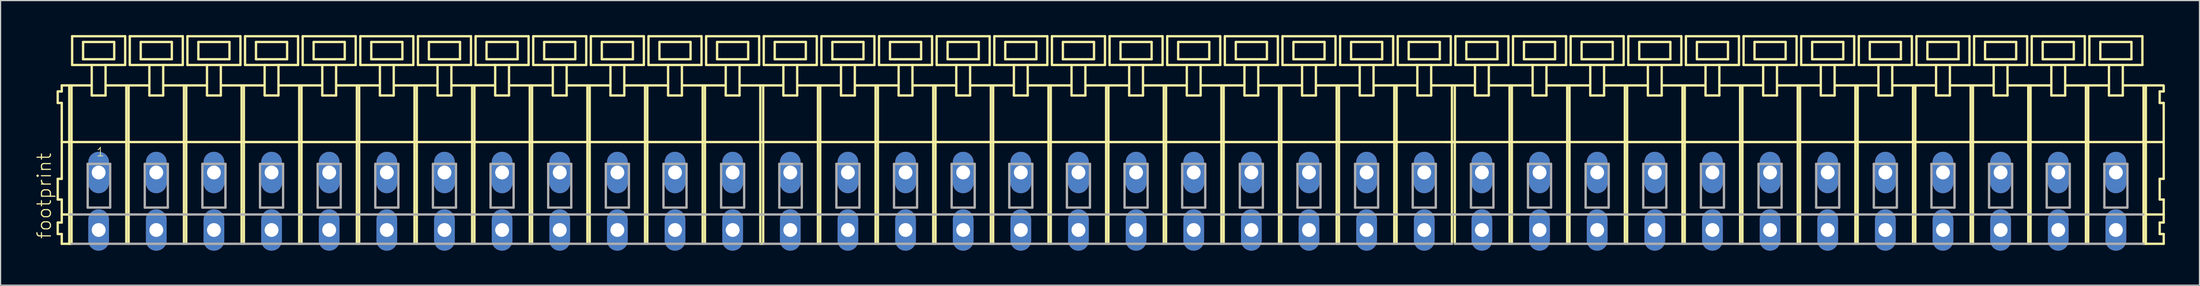
<source format=kicad_pcb>
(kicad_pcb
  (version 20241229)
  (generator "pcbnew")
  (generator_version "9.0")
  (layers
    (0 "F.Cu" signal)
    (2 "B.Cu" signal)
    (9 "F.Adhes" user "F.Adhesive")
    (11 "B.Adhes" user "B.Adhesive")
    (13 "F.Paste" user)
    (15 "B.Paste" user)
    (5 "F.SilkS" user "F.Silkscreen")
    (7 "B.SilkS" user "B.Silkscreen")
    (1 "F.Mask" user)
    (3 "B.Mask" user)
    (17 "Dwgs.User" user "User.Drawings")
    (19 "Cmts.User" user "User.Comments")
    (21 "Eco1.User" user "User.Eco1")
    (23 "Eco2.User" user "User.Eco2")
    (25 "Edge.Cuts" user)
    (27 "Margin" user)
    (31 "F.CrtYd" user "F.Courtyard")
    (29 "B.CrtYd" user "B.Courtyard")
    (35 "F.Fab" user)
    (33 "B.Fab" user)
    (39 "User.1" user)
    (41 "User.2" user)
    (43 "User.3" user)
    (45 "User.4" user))
  (footprint "footprint"
    (layer "F.Cu")
    (at 93.008 11.952)
    (property "Reference" "footprint" (at -91.535 5.855 90) (layer "F.SilkS") (effects (font (size 1.168 1.168) (thickness 0.102)) (justify left bottom)))
    (fp_line (start -91.05 -7.05) (end -91.05 -6.05) (stroke (width 0.203) (type solid)) (layer "F.SilkS"))
    (fp_line (start -91.05 -6.05) (end -90.7 -6.05) (stroke (width 0.203) (type solid)) (layer "F.SilkS"))
    (fp_line (start -91.05 0.55) (end -91.05 2.35) (stroke (width 0.203) (type solid)) (layer "F.SilkS"))
    (fp_line (start -91.05 2.35) (end -90.7 2.35) (stroke (width 0.203) (type solid)) (layer "F.SilkS"))
    (fp_line (start -91.05 4.35) (end -91.05 5.35) (stroke (width 0.203) (type solid)) (layer "F.SilkS"))
    (fp_line (start -91.05 5.35) (end -90.7 5.35) (stroke (width 0.203) (type solid)) (layer "F.SilkS"))
    (fp_line (start -90.7 -7.575) (end -90.7 -7.05) (stroke (width 0.203) (type solid)) (layer "F.SilkS"))
    (fp_line (start -90.7 -7.575) (end -88.125 -7.575) (stroke (width 0.203) (type solid)) (layer "F.SilkS"))
    (fp_line (start -90.7 -7.05) (end -91.05 -7.05) (stroke (width 0.203) (type solid)) (layer "F.SilkS"))
    (fp_line (start -90.7 -6.05) (end -90.7 0.55) (stroke (width 0.203) (type solid)) (layer "F.SilkS"))
    (fp_line (start -90.7 0.55) (end -91.05 0.55) (stroke (width 0.203) (type solid)) (layer "F.SilkS"))
    (fp_line (start -90.7 2.35) (end -90.7 4.35) (stroke (width 0.203) (type solid)) (layer "F.SilkS"))
    (fp_line (start -90.7 3.65) (end -90 3.65) (stroke (width 0.203) (type solid)) (layer "F.SilkS"))
    (fp_line (start -90.7 4.35) (end -91.05 4.35) (stroke (width 0.203) (type solid)) (layer "F.SilkS"))
    (fp_line (start -90.7 5.35) (end -90.7 6.2) (stroke (width 0.203) (type solid)) (layer "F.SilkS"))
    (fp_line (start -90.7 6.2) (end -90.05 6.2) (stroke (width 0.203) (type solid)) (layer "F.SilkS"))
    (fp_line (start -90.65 -2.65) (end -85.1 -2.65) (stroke (width 0.203) (type solid)) (layer "F.SilkS"))
    (fp_line (start -90.05 -7.55) (end -90.05 6.2) (stroke (width 0.203) (type solid)) (layer "F.SilkS"))
    (fp_line (start -90.05 6.2) (end -89.85 6.2) (stroke (width 0.203) (type solid)) (layer "F.SilkS"))
    (fp_line (start -89.85 -7.55) (end -89.85 6.2) (stroke (width 0.203) (type solid)) (layer "F.SilkS"))
    (fp_line (start -89.8 -11.85) (end -89.8 -9.35) (stroke (width 0.203) (type solid)) (layer "F.SilkS"))
    (fp_line (start -89.8 -9.35) (end -88.1 -9.35) (stroke (width 0.203) (type solid)) (layer "F.SilkS"))
    (fp_line (start -88.85 -11.35) (end -88.85 -9.85) (stroke (width 0.203) (type solid)) (layer "F.SilkS"))
    (fp_line (start -88.85 -9.85) (end -86.15 -9.85) (stroke (width 0.203) (type solid)) (layer "F.SilkS"))
    (fp_line (start -88.1 -9.35) (end -88.1 -6.7) (stroke (width 0.203) (type solid)) (layer "F.SilkS"))
    (fp_line (start -88.1 -9.35) (end -86.9 -9.35) (stroke (width 0.203) (type solid)) (layer "F.SilkS"))
    (fp_line (start -88.1 -6.7) (end -86.9 -6.7) (stroke (width 0.203) (type solid)) (layer "F.SilkS"))
    (fp_line (start -86.9 -9.35) (end -85.2 -9.35) (stroke (width 0.203) (type solid)) (layer "F.SilkS"))
    (fp_line (start -86.9 -6.7) (end -86.9 -9.35) (stroke (width 0.203) (type solid)) (layer "F.SilkS"))
    (fp_line (start -86.825 -7.575) (end -83.125 -7.575) (stroke (width 0.203) (type solid)) (layer "F.SilkS"))
    (fp_line (start -86.15 -11.35) (end -88.85 -11.35) (stroke (width 0.203) (type solid)) (layer "F.SilkS"))
    (fp_line (start -86.15 -9.85) (end -86.15 -11.35) (stroke (width 0.203) (type solid)) (layer "F.SilkS"))
    (fp_line (start -85.2 -11.85) (end -89.8 -11.85) (stroke (width 0.203) (type solid)) (layer "F.SilkS"))
    (fp_line (start -85.2 -9.35) (end -85.2 -11.85) (stroke (width 0.203) (type solid)) (layer "F.SilkS"))
    (fp_line (start -85.1 -7.55) (end -85.1 -2.65) (stroke (width 0.203) (type solid)) (layer "F.SilkS"))
    (fp_line (start -85.1 -2.65) (end -85.1 6.2) (stroke (width 0.203) (type solid)) (layer "F.SilkS"))
    (fp_line (start -84.9 -7.55) (end -84.9 -2.65) (stroke (width 0.203) (type solid)) (layer "F.SilkS"))
    (fp_line (start -84.9 -2.65) (end -84.9 6.2) (stroke (width 0.203) (type solid)) (layer "F.SilkS"))
    (fp_line (start -84.9 -2.65) (end -80.1 -2.65) (stroke (width 0.203) (type solid)) (layer "F.SilkS"))
    (fp_line (start -84.8 -11.85) (end -84.8 -9.35) (stroke (width 0.203) (type solid)) (layer "F.SilkS"))
    (fp_line (start -84.8 -9.35) (end -83.1 -9.35) (stroke (width 0.203) (type solid)) (layer "F.SilkS"))
    (fp_line (start -83.85 -11.35) (end -83.85 -9.85) (stroke (width 0.203) (type solid)) (layer "F.SilkS"))
    (fp_line (start -83.85 -9.85) (end -81.15 -9.85) (stroke (width 0.203) (type solid)) (layer "F.SilkS"))
    (fp_line (start -83.1 -9.35) (end -83.1 -6.7) (stroke (width 0.203) (type solid)) (layer "F.SilkS"))
    (fp_line (start -83.1 -9.35) (end -81.9 -9.35) (stroke (width 0.203) (type solid)) (layer "F.SilkS"))
    (fp_line (start -83.1 -6.7) (end -81.9 -6.7) (stroke (width 0.203) (type solid)) (layer "F.SilkS"))
    (fp_line (start -81.9 -9.35) (end -80.2 -9.35) (stroke (width 0.203) (type solid)) (layer "F.SilkS"))
    (fp_line (start -81.9 -6.7) (end -81.9 -9.35) (stroke (width 0.203) (type solid)) (layer "F.SilkS"))
    (fp_line (start -81.875 -7.575) (end -78.125 -7.575) (stroke (width 0.203) (type solid)) (layer "F.SilkS"))
    (fp_line (start -81.15 -11.35) (end -83.85 -11.35) (stroke (width 0.203) (type solid)) (layer "F.SilkS"))
    (fp_line (start -81.15 -9.85) (end -81.15 -11.35) (stroke (width 0.203) (type solid)) (layer "F.SilkS"))
    (fp_line (start -80.2 -11.85) (end -84.8 -11.85) (stroke (width 0.203) (type solid)) (layer "F.SilkS"))
    (fp_line (start -80.2 -9.35) (end -80.2 -11.85) (stroke (width 0.203) (type solid)) (layer "F.SilkS"))
    (fp_line (start -80.1 -7.55) (end -80.1 -2.65) (stroke (width 0.203) (type solid)) (layer "F.SilkS"))
    (fp_line (start -80.1 -2.65) (end -80.1 6.2) (stroke (width 0.203) (type solid)) (layer "F.SilkS"))
    (fp_line (start -80.1 -2.65) (end -79.9 -2.65) (stroke (width 0.203) (type solid)) (layer "F.SilkS"))
    (fp_line (start -79.9 -7.55) (end -79.9 -2.65) (stroke (width 0.203) (type solid)) (layer "F.SilkS"))
    (fp_line (start -79.9 -2.65) (end -79.9 6.2) (stroke (width 0.203) (type solid)) (layer "F.SilkS"))
    (fp_line (start -79.9 -2.65) (end -75.1 -2.65) (stroke (width 0.203) (type solid)) (layer "F.SilkS"))
    (fp_line (start -79.8 -11.85) (end -79.8 -9.35) (stroke (width 0.203) (type solid)) (layer "F.SilkS"))
    (fp_line (start -79.8 -9.35) (end -78.1 -9.35) (stroke (width 0.203) (type solid)) (layer "F.SilkS"))
    (fp_line (start -78.85 -11.35) (end -78.85 -9.85) (stroke (width 0.203) (type solid)) (layer "F.SilkS"))
    (fp_line (start -78.85 -9.85) (end -76.15 -9.85) (stroke (width 0.203) (type solid)) (layer "F.SilkS"))
    (fp_line (start -78.1 -9.35) (end -78.1 -6.7) (stroke (width 0.203) (type solid)) (layer "F.SilkS"))
    (fp_line (start -78.1 -9.35) (end -76.9 -9.35) (stroke (width 0.203) (type solid)) (layer "F.SilkS"))
    (fp_line (start -78.1 -6.7) (end -76.9 -6.7) (stroke (width 0.203) (type solid)) (layer "F.SilkS"))
    (fp_line (start -76.9 -9.35) (end -75.2 -9.35) (stroke (width 0.203) (type solid)) (layer "F.SilkS"))
    (fp_line (start -76.9 -6.7) (end -76.9 -9.35) (stroke (width 0.203) (type solid)) (layer "F.SilkS"))
    (fp_line (start -76.875 -7.575) (end -73.125 -7.575) (stroke (width 0.203) (type solid)) (layer "F.SilkS"))
    (fp_line (start -76.15 -11.35) (end -78.85 -11.35) (stroke (width 0.203) (type solid)) (layer "F.SilkS"))
    (fp_line (start -76.15 -9.85) (end -76.15 -11.35) (stroke (width 0.203) (type solid)) (layer "F.SilkS"))
    (fp_line (start -75.2 -11.85) (end -79.8 -11.85) (stroke (width 0.203) (type solid)) (layer "F.SilkS"))
    (fp_line (start -75.2 -9.35) (end -75.2 -11.85) (stroke (width 0.203) (type solid)) (layer "F.SilkS"))
    (fp_line (start -75.1 -7.55) (end -75.1 -2.65) (stroke (width 0.203) (type solid)) (layer "F.SilkS"))
    (fp_line (start -75.1 -2.65) (end -75.1 6.2) (stroke (width 0.203) (type solid)) (layer "F.SilkS"))
    (fp_line (start -75.1 -2.65) (end -74.9 -2.65) (stroke (width 0.203) (type solid)) (layer "F.SilkS"))
    (fp_line (start -75.1 -2.65) (end -30.1 -2.65) (stroke (width 0.203) (type solid)) (layer "F.SilkS"))
    (fp_line (start -74.9 -7.55) (end -74.9 -2.65) (stroke (width 0.203) (type solid)) (layer "F.SilkS"))
    (fp_line (start -74.9 -2.65) (end -74.9 6.2) (stroke (width 0.203) (type solid)) (layer "F.SilkS"))
    (fp_line (start -74.9 -2.65) (end -70.1 -2.65) (stroke (width 0.203) (type solid)) (layer "F.SilkS"))
    (fp_line (start -74.8 -11.85) (end -74.8 -9.35) (stroke (width 0.203) (type solid)) (layer "F.SilkS"))
    (fp_line (start -74.8 -9.35) (end -73.1 -9.35) (stroke (width 0.203) (type solid)) (layer "F.SilkS"))
    (fp_line (start -73.85 -11.35) (end -73.85 -9.85) (stroke (width 0.203) (type solid)) (layer "F.SilkS"))
    (fp_line (start -73.85 -9.85) (end -71.15 -9.85) (stroke (width 0.203) (type solid)) (layer "F.SilkS"))
    (fp_line (start -73.1 -9.35) (end -73.1 -6.7) (stroke (width 0.203) (type solid)) (layer "F.SilkS"))
    (fp_line (start -73.1 -9.35) (end -71.9 -9.35) (stroke (width 0.203) (type solid)) (layer "F.SilkS"))
    (fp_line (start -73.1 -6.7) (end -71.9 -6.7) (stroke (width 0.203) (type solid)) (layer "F.SilkS"))
    (fp_line (start -71.9 -9.35) (end -70.2 -9.35) (stroke (width 0.203) (type solid)) (layer "F.SilkS"))
    (fp_line (start -71.9 -6.7) (end -71.9 -9.35) (stroke (width 0.203) (type solid)) (layer "F.SilkS"))
    (fp_line (start -71.875 -7.575) (end -68.125 -7.575) (stroke (width 0.203) (type solid)) (layer "F.SilkS"))
    (fp_line (start -71.15 -11.35) (end -73.85 -11.35) (stroke (width 0.203) (type solid)) (layer "F.SilkS"))
    (fp_line (start -71.15 -9.85) (end -71.15 -11.35) (stroke (width 0.203) (type solid)) (layer "F.SilkS"))
    (fp_line (start -70.2 -11.85) (end -74.8 -11.85) (stroke (width 0.203) (type solid)) (layer "F.SilkS"))
    (fp_line (start -70.2 -9.35) (end -70.2 -11.85) (stroke (width 0.203) (type solid)) (layer "F.SilkS"))
    (fp_line (start -70.1 -7.55) (end -70.1 -2.65) (stroke (width 0.203) (type solid)) (layer "F.SilkS"))
    (fp_line (start -70.1 -2.65) (end -70.1 6.2) (stroke (width 0.203) (type solid)) (layer "F.SilkS"))
    (fp_line (start -70.1 -2.65) (end -69.9 -2.65) (stroke (width 0.203) (type solid)) (layer "F.SilkS"))
    (fp_line (start -69.9 -7.55) (end -69.9 -2.65) (stroke (width 0.203) (type solid)) (layer "F.SilkS"))
    (fp_line (start -69.9 -2.65) (end -69.9 6.2) (stroke (width 0.203) (type solid)) (layer "F.SilkS"))
    (fp_line (start -69.9 -2.65) (end -65.1 -2.65) (stroke (width 0.203) (type solid)) (layer "F.SilkS"))
    (fp_line (start -69.8 -11.85) (end -69.8 -9.35) (stroke (width 0.203) (type solid)) (layer "F.SilkS"))
    (fp_line (start -69.8 -9.35) (end -68.1 -9.35) (stroke (width 0.203) (type solid)) (layer "F.SilkS"))
    (fp_line (start -68.85 -11.35) (end -68.85 -9.85) (stroke (width 0.203) (type solid)) (layer "F.SilkS"))
    (fp_line (start -68.85 -9.85) (end -66.15 -9.85) (stroke (width 0.203) (type solid)) (layer "F.SilkS"))
    (fp_line (start -68.1 -9.35) (end -68.1 -6.7) (stroke (width 0.203) (type solid)) (layer "F.SilkS"))
    (fp_line (start -68.1 -9.35) (end -66.9 -9.35) (stroke (width 0.203) (type solid)) (layer "F.SilkS"))
    (fp_line (start -68.1 -6.7) (end -66.9 -6.7) (stroke (width 0.203) (type solid)) (layer "F.SilkS"))
    (fp_line (start -66.9 -9.35) (end -65.2 -9.35) (stroke (width 0.203) (type solid)) (layer "F.SilkS"))
    (fp_line (start -66.9 -6.7) (end -66.9 -9.35) (stroke (width 0.203) (type solid)) (layer "F.SilkS"))
    (fp_line (start -66.875 -7.575) (end -63.125 -7.575) (stroke (width 0.203) (type solid)) (layer "F.SilkS"))
    (fp_line (start -66.15 -11.35) (end -68.85 -11.35) (stroke (width 0.203) (type solid)) (layer "F.SilkS"))
    (fp_line (start -66.15 -9.85) (end -66.15 -11.35) (stroke (width 0.203) (type solid)) (layer "F.SilkS"))
    (fp_line (start -65.2 -11.85) (end -69.8 -11.85) (stroke (width 0.203) (type solid)) (layer "F.SilkS"))
    (fp_line (start -65.2 -9.35) (end -65.2 -11.85) (stroke (width 0.203) (type solid)) (layer "F.SilkS"))
    (fp_line (start -65.1 -7.55) (end -65.1 -2.65) (stroke (width 0.203) (type solid)) (layer "F.SilkS"))
    (fp_line (start -65.1 -2.65) (end -65.1 6.2) (stroke (width 0.203) (type solid)) (layer "F.SilkS"))
    (fp_line (start -65.1 -2.65) (end -64.9 -2.65) (stroke (width 0.203) (type solid)) (layer "F.SilkS"))
    (fp_line (start -64.9 -7.55) (end -64.9 -2.65) (stroke (width 0.203) (type solid)) (layer "F.SilkS"))
    (fp_line (start -64.9 -2.65) (end -64.9 6.2) (stroke (width 0.203) (type solid)) (layer "F.SilkS"))
    (fp_line (start -64.9 -2.65) (end -60.1 -2.65) (stroke (width 0.203) (type solid)) (layer "F.SilkS"))
    (fp_line (start -64.8 -11.85) (end -64.8 -9.35) (stroke (width 0.203) (type solid)) (layer "F.SilkS"))
    (fp_line (start -64.8 -9.35) (end -63.1 -9.35) (stroke (width 0.203) (type solid)) (layer "F.SilkS"))
    (fp_line (start -63.85 -11.35) (end -63.85 -9.85) (stroke (width 0.203) (type solid)) (layer "F.SilkS"))
    (fp_line (start -63.85 -9.85) (end -61.15 -9.85) (stroke (width 0.203) (type solid)) (layer "F.SilkS"))
    (fp_line (start -63.1 -9.35) (end -63.1 -6.7) (stroke (width 0.203) (type solid)) (layer "F.SilkS"))
    (fp_line (start -63.1 -9.35) (end -61.9 -9.35) (stroke (width 0.203) (type solid)) (layer "F.SilkS"))
    (fp_line (start -63.1 -6.7) (end -61.9 -6.7) (stroke (width 0.203) (type solid)) (layer "F.SilkS"))
    (fp_line (start -61.9 -9.35) (end -60.2 -9.35) (stroke (width 0.203) (type solid)) (layer "F.SilkS"))
    (fp_line (start -61.9 -6.7) (end -61.9 -9.35) (stroke (width 0.203) (type solid)) (layer "F.SilkS"))
    (fp_line (start -61.875 -7.575) (end -58.125 -7.575) (stroke (width 0.203) (type solid)) (layer "F.SilkS"))
    (fp_line (start -61.15 -11.35) (end -63.85 -11.35) (stroke (width 0.203) (type solid)) (layer "F.SilkS"))
    (fp_line (start -61.15 -9.85) (end -61.15 -11.35) (stroke (width 0.203) (type solid)) (layer "F.SilkS"))
    (fp_line (start -60.2 -11.85) (end -64.8 -11.85) (stroke (width 0.203) (type solid)) (layer "F.SilkS"))
    (fp_line (start -60.2 -9.35) (end -60.2 -11.85) (stroke (width 0.203) (type solid)) (layer "F.SilkS"))
    (fp_line (start -60.1 -7.55) (end -60.1 -2.65) (stroke (width 0.203) (type solid)) (layer "F.SilkS"))
    (fp_line (start -60.1 -2.65) (end -60.1 6.2) (stroke (width 0.203) (type solid)) (layer "F.SilkS"))
    (fp_line (start -60.1 -2.65) (end -59.9 -2.65) (stroke (width 0.203) (type solid)) (layer "F.SilkS"))
    (fp_line (start -59.9 -7.55) (end -59.9 -2.65) (stroke (width 0.203) (type solid)) (layer "F.SilkS"))
    (fp_line (start -59.9 -2.65) (end -59.9 6.2) (stroke (width 0.203) (type solid)) (layer "F.SilkS"))
    (fp_line (start -59.9 -2.65) (end -55.1 -2.65) (stroke (width 0.203) (type solid)) (layer "F.SilkS"))
    (fp_line (start -59.8 -11.85) (end -59.8 -9.35) (stroke (width 0.203) (type solid)) (layer "F.SilkS"))
    (fp_line (start -59.8 -9.35) (end -58.1 -9.35) (stroke (width 0.203) (type solid)) (layer "F.SilkS"))
    (fp_line (start -58.85 -11.35) (end -58.85 -9.85) (stroke (width 0.203) (type solid)) (layer "F.SilkS"))
    (fp_line (start -58.85 -9.85) (end -56.15 -9.85) (stroke (width 0.203) (type solid)) (layer "F.SilkS"))
    (fp_line (start -58.1 -9.35) (end -58.1 -6.7) (stroke (width 0.203) (type solid)) (layer "F.SilkS"))
    (fp_line (start -58.1 -9.35) (end -56.9 -9.35) (stroke (width 0.203) (type solid)) (layer "F.SilkS"))
    (fp_line (start -58.1 -6.7) (end -56.9 -6.7) (stroke (width 0.203) (type solid)) (layer "F.SilkS"))
    (fp_line (start -56.9 -9.35) (end -55.2 -9.35) (stroke (width 0.203) (type solid)) (layer "F.SilkS"))
    (fp_line (start -56.9 -6.7) (end -56.9 -9.35) (stroke (width 0.203) (type solid)) (layer "F.SilkS"))
    (fp_line (start -56.875 -7.575) (end -53.125 -7.575) (stroke (width 0.203) (type solid)) (layer "F.SilkS"))
    (fp_line (start -56.15 -11.35) (end -58.85 -11.35) (stroke (width 0.203) (type solid)) (layer "F.SilkS"))
    (fp_line (start -56.15 -9.85) (end -56.15 -11.35) (stroke (width 0.203) (type solid)) (layer "F.SilkS"))
    (fp_line (start -55.2 -11.85) (end -59.8 -11.85) (stroke (width 0.203) (type solid)) (layer "F.SilkS"))
    (fp_line (start -55.2 -9.35) (end -55.2 -11.85) (stroke (width 0.203) (type solid)) (layer "F.SilkS"))
    (fp_line (start -55.1 -7.55) (end -55.1 -2.65) (stroke (width 0.203) (type solid)) (layer "F.SilkS"))
    (fp_line (start -55.1 -2.65) (end -55.1 6.2) (stroke (width 0.203) (type solid)) (layer "F.SilkS"))
    (fp_line (start -55.1 -2.65) (end -54.9 -2.65) (stroke (width 0.203) (type solid)) (layer "F.SilkS"))
    (fp_line (start -54.9 -7.55) (end -54.9 -2.65) (stroke (width 0.203) (type solid)) (layer "F.SilkS"))
    (fp_line (start -54.9 -2.65) (end -54.9 6.2) (stroke (width 0.203) (type solid)) (layer "F.SilkS"))
    (fp_line (start -54.9 -2.65) (end -50.1 -2.65) (stroke (width 0.203) (type solid)) (layer "F.SilkS"))
    (fp_line (start -54.8 -11.85) (end -54.8 -9.35) (stroke (width 0.203) (type solid)) (layer "F.SilkS"))
    (fp_line (start -54.8 -9.35) (end -53.1 -9.35) (stroke (width 0.203) (type solid)) (layer "F.SilkS"))
    (fp_line (start -53.85 -11.35) (end -53.85 -9.85) (stroke (width 0.203) (type solid)) (layer "F.SilkS"))
    (fp_line (start -53.85 -9.85) (end -51.15 -9.85) (stroke (width 0.203) (type solid)) (layer "F.SilkS"))
    (fp_line (start -53.1 -9.35) (end -53.1 -6.7) (stroke (width 0.203) (type solid)) (layer "F.SilkS"))
    (fp_line (start -53.1 -9.35) (end -51.9 -9.35) (stroke (width 0.203) (type solid)) (layer "F.SilkS"))
    (fp_line (start -53.1 -6.7) (end -51.9 -6.7) (stroke (width 0.203) (type solid)) (layer "F.SilkS"))
    (fp_line (start -51.9 -9.35) (end -50.2 -9.35) (stroke (width 0.203) (type solid)) (layer "F.SilkS"))
    (fp_line (start -51.9 -6.7) (end -51.9 -9.35) (stroke (width 0.203) (type solid)) (layer "F.SilkS"))
    (fp_line (start -51.875 -7.575) (end -48.125 -7.575) (stroke (width 0.203) (type solid)) (layer "F.SilkS"))
    (fp_line (start -51.15 -11.35) (end -53.85 -11.35) (stroke (width 0.203) (type solid)) (layer "F.SilkS"))
    (fp_line (start -51.15 -9.85) (end -51.15 -11.35) (stroke (width 0.203) (type solid)) (layer "F.SilkS"))
    (fp_line (start -50.2 -11.85) (end -54.8 -11.85) (stroke (width 0.203) (type solid)) (layer "F.SilkS"))
    (fp_line (start -50.2 -9.35) (end -50.2 -11.85) (stroke (width 0.203) (type solid)) (layer "F.SilkS"))
    (fp_line (start -50.1 -7.55) (end -50.1 -2.65) (stroke (width 0.203) (type solid)) (layer "F.SilkS"))
    (fp_line (start -50.1 -2.65) (end -50.1 6.2) (stroke (width 0.203) (type solid)) (layer "F.SilkS"))
    (fp_line (start -50.1 -2.65) (end -49.9 -2.65) (stroke (width 0.203) (type solid)) (layer "F.SilkS"))
    (fp_line (start -49.9 -7.55) (end -49.9 -2.65) (stroke (width 0.203) (type solid)) (layer "F.SilkS"))
    (fp_line (start -49.9 -2.65) (end -49.9 6.2) (stroke (width 0.203) (type solid)) (layer "F.SilkS"))
    (fp_line (start -49.9 -2.65) (end -45.1 -2.65) (stroke (width 0.203) (type solid)) (layer "F.SilkS"))
    (fp_line (start -49.8 -11.85) (end -49.8 -9.35) (stroke (width 0.203) (type solid)) (layer "F.SilkS"))
    (fp_line (start -49.8 -9.35) (end -48.1 -9.35) (stroke (width 0.203) (type solid)) (layer "F.SilkS"))
    (fp_line (start -48.85 -11.35) (end -48.85 -9.85) (stroke (width 0.203) (type solid)) (layer "F.SilkS"))
    (fp_line (start -48.85 -9.85) (end -46.15 -9.85) (stroke (width 0.203) (type solid)) (layer "F.SilkS"))
    (fp_line (start -48.1 -9.35) (end -48.1 -6.7) (stroke (width 0.203) (type solid)) (layer "F.SilkS"))
    (fp_line (start -48.1 -9.35) (end -46.9 -9.35) (stroke (width 0.203) (type solid)) (layer "F.SilkS"))
    (fp_line (start -48.1 -6.7) (end -46.9 -6.7) (stroke (width 0.203) (type solid)) (layer "F.SilkS"))
    (fp_line (start -46.9 -9.35) (end -45.2 -9.35) (stroke (width 0.203) (type solid)) (layer "F.SilkS"))
    (fp_line (start -46.9 -6.7) (end -46.9 -9.35) (stroke (width 0.203) (type solid)) (layer "F.SilkS"))
    (fp_line (start -46.875 -7.575) (end -43.125 -7.575) (stroke (width 0.203) (type solid)) (layer "F.SilkS"))
    (fp_line (start -46.15 -11.35) (end -48.85 -11.35) (stroke (width 0.203) (type solid)) (layer "F.SilkS"))
    (fp_line (start -46.15 -9.85) (end -46.15 -11.35) (stroke (width 0.203) (type solid)) (layer "F.SilkS"))
    (fp_line (start -45.2 -11.85) (end -49.8 -11.85) (stroke (width 0.203) (type solid)) (layer "F.SilkS"))
    (fp_line (start -45.2 -9.35) (end -45.2 -11.85) (stroke (width 0.203) (type solid)) (layer "F.SilkS"))
    (fp_line (start -45.1 -7.55) (end -45.1 -2.65) (stroke (width 0.203) (type solid)) (layer "F.SilkS"))
    (fp_line (start -45.1 -2.65) (end -45.1 6.2) (stroke (width 0.203) (type solid)) (layer "F.SilkS"))
    (fp_line (start -45.1 -2.65) (end -44.9 -2.65) (stroke (width 0.203) (type solid)) (layer "F.SilkS"))
    (fp_line (start -44.9 -7.55) (end -44.9 -2.65) (stroke (width 0.203) (type solid)) (layer "F.SilkS"))
    (fp_line (start -44.9 -2.65) (end -44.9 6.2) (stroke (width 0.203) (type solid)) (layer "F.SilkS"))
    (fp_line (start -44.9 -2.65) (end -40.1 -2.65) (stroke (width 0.203) (type solid)) (layer "F.SilkS"))
    (fp_line (start -44.8 -11.85) (end -44.8 -9.35) (stroke (width 0.203) (type solid)) (layer "F.SilkS"))
    (fp_line (start -44.8 -9.35) (end -43.1 -9.35) (stroke (width 0.203) (type solid)) (layer "F.SilkS"))
    (fp_line (start -43.85 -11.35) (end -43.85 -9.85) (stroke (width 0.203) (type solid)) (layer "F.SilkS"))
    (fp_line (start -43.85 -9.85) (end -41.15 -9.85) (stroke (width 0.203) (type solid)) (layer "F.SilkS"))
    (fp_line (start -43.1 -9.35) (end -43.1 -6.7) (stroke (width 0.203) (type solid)) (layer "F.SilkS"))
    (fp_line (start -43.1 -9.35) (end -41.9 -9.35) (stroke (width 0.203) (type solid)) (layer "F.SilkS"))
    (fp_line (start -43.1 -6.7) (end -41.9 -6.7) (stroke (width 0.203) (type solid)) (layer "F.SilkS"))
    (fp_line (start -41.9 -9.35) (end -40.2 -9.35) (stroke (width 0.203) (type solid)) (layer "F.SilkS"))
    (fp_line (start -41.9 -6.7) (end -41.9 -9.35) (stroke (width 0.203) (type solid)) (layer "F.SilkS"))
    (fp_line (start -41.875 -7.575) (end -38.125 -7.575) (stroke (width 0.203) (type solid)) (layer "F.SilkS"))
    (fp_line (start -41.15 -11.35) (end -43.85 -11.35) (stroke (width 0.203) (type solid)) (layer "F.SilkS"))
    (fp_line (start -41.15 -9.85) (end -41.15 -11.35) (stroke (width 0.203) (type solid)) (layer "F.SilkS"))
    (fp_line (start -40.2 -11.85) (end -44.8 -11.85) (stroke (width 0.203) (type solid)) (layer "F.SilkS"))
    (fp_line (start -40.2 -9.35) (end -40.2 -11.85) (stroke (width 0.203) (type solid)) (layer "F.SilkS"))
    (fp_line (start -40.1 -7.55) (end -40.1 -2.65) (stroke (width 0.203) (type solid)) (layer "F.SilkS"))
    (fp_line (start -40.1 -2.65) (end -40.1 6.2) (stroke (width 0.203) (type solid)) (layer "F.SilkS"))
    (fp_line (start -40.1 -2.65) (end -39.9 -2.65) (stroke (width 0.203) (type solid)) (layer "F.SilkS"))
    (fp_line (start -39.9 -7.55) (end -39.9 -2.65) (stroke (width 0.203) (type solid)) (layer "F.SilkS"))
    (fp_line (start -39.9 -2.65) (end -39.9 6.2) (stroke (width 0.203) (type solid)) (layer "F.SilkS"))
    (fp_line (start -39.9 -2.65) (end -35.1 -2.65) (stroke (width 0.203) (type solid)) (layer "F.SilkS"))
    (fp_line (start -39.8 -11.85) (end -39.8 -9.35) (stroke (width 0.203) (type solid)) (layer "F.SilkS"))
    (fp_line (start -39.8 -9.35) (end -38.1 -9.35) (stroke (width 0.203) (type solid)) (layer "F.SilkS"))
    (fp_line (start -38.85 -11.35) (end -38.85 -9.85) (stroke (width 0.203) (type solid)) (layer "F.SilkS"))
    (fp_line (start -38.85 -9.85) (end -36.15 -9.85) (stroke (width 0.203) (type solid)) (layer "F.SilkS"))
    (fp_line (start -38.1 -9.35) (end -38.1 -6.7) (stroke (width 0.203) (type solid)) (layer "F.SilkS"))
    (fp_line (start -38.1 -9.35) (end -36.9 -9.35) (stroke (width 0.203) (type solid)) (layer "F.SilkS"))
    (fp_line (start -38.1 -6.7) (end -36.9 -6.7) (stroke (width 0.203) (type solid)) (layer "F.SilkS"))
    (fp_line (start -36.9 -9.35) (end -35.2 -9.35) (stroke (width 0.203) (type solid)) (layer "F.SilkS"))
    (fp_line (start -36.9 -6.7) (end -36.9 -9.35) (stroke (width 0.203) (type solid)) (layer "F.SilkS"))
    (fp_line (start -36.875 -7.575) (end -33.125 -7.575) (stroke (width 0.203) (type solid)) (layer "F.SilkS"))
    (fp_line (start -36.15 -11.35) (end -38.85 -11.35) (stroke (width 0.203) (type solid)) (layer "F.SilkS"))
    (fp_line (start -36.15 -9.85) (end -36.15 -11.35) (stroke (width 0.203) (type solid)) (layer "F.SilkS"))
    (fp_line (start -35.2 -11.85) (end -39.8 -11.85) (stroke (width 0.203) (type solid)) (layer "F.SilkS"))
    (fp_line (start -35.2 -9.35) (end -35.2 -11.85) (stroke (width 0.203) (type solid)) (layer "F.SilkS"))
    (fp_line (start -35.1 -7.55) (end -35.1 -2.65) (stroke (width 0.203) (type solid)) (layer "F.SilkS"))
    (fp_line (start -35.1 -2.65) (end -35.1 6.2) (stroke (width 0.203) (type solid)) (layer "F.SilkS"))
    (fp_line (start -35.1 -2.65) (end -34.9 -2.65) (stroke (width 0.203) (type solid)) (layer "F.SilkS"))
    (fp_line (start -34.9 -7.55) (end -34.9 -2.65) (stroke (width 0.203) (type solid)) (layer "F.SilkS"))
    (fp_line (start -34.9 -2.65) (end -34.9 6.2) (stroke (width 0.203) (type solid)) (layer "F.SilkS"))
    (fp_line (start -34.8 -11.85) (end -34.8 -9.35) (stroke (width 0.203) (type solid)) (layer "F.SilkS"))
    (fp_line (start -34.8 -9.35) (end -33.1 -9.35) (stroke (width 0.203) (type solid)) (layer "F.SilkS"))
    (fp_line (start -33.85 -11.35) (end -33.85 -9.85) (stroke (width 0.203) (type solid)) (layer "F.SilkS"))
    (fp_line (start -33.85 -9.85) (end -31.15 -9.85) (stroke (width 0.203) (type solid)) (layer "F.SilkS"))
    (fp_line (start -33.1 -9.35) (end -33.1 -6.7) (stroke (width 0.203) (type solid)) (layer "F.SilkS"))
    (fp_line (start -33.1 -9.35) (end -31.9 -9.35) (stroke (width 0.203) (type solid)) (layer "F.SilkS"))
    (fp_line (start -33.1 -6.7) (end -31.9 -6.7) (stroke (width 0.203) (type solid)) (layer "F.SilkS"))
    (fp_line (start -31.9 -9.35) (end -30.2 -9.35) (stroke (width 0.203) (type solid)) (layer "F.SilkS"))
    (fp_line (start -31.9 -6.7) (end -31.9 -9.35) (stroke (width 0.203) (type solid)) (layer "F.SilkS"))
    (fp_line (start -31.875 -7.575) (end -28.175 -7.575) (stroke (width 0.203) (type solid)) (layer "F.SilkS"))
    (fp_line (start -31.15 -11.35) (end -33.85 -11.35) (stroke (width 0.203) (type solid)) (layer "F.SilkS"))
    (fp_line (start -31.15 -9.85) (end -31.15 -11.35) (stroke (width 0.203) (type solid)) (layer "F.SilkS"))
    (fp_line (start -30.2 -11.85) (end -34.8 -11.85) (stroke (width 0.203) (type solid)) (layer "F.SilkS"))
    (fp_line (start -30.2 -9.35) (end -30.2 -11.85) (stroke (width 0.203) (type solid)) (layer "F.SilkS"))
    (fp_line (start -30.1 -7.55) (end -30.1 -2.65) (stroke (width 0.203) (type solid)) (layer "F.SilkS"))
    (fp_line (start -30.1 -2.65) (end -30.1 6.2) (stroke (width 0.203) (type solid)) (layer "F.SilkS"))
    (fp_line (start -30.1 -2.65) (end -29.9 -2.65) (stroke (width 0.203) (type solid)) (layer "F.SilkS"))
    (fp_line (start -30.1 6.2) (end -29.9 6.2) (stroke (width 0.203) (type solid)) (layer "F.SilkS"))
    (fp_line (start -29.85 -7.55) (end -29.85 -2.65) (stroke (width 0.203) (type solid)) (layer "F.SilkS"))
    (fp_line (start -29.85 -2.65) (end -29.85 6.2) (stroke (width 0.203) (type solid)) (layer "F.SilkS"))
    (fp_line (start -29.85 -2.65) (end -25.1 -2.65) (stroke (width 0.203) (type solid)) (layer "F.SilkS"))
    (fp_line (start -29.8 -11.85) (end -29.8 -9.35) (stroke (width 0.203) (type solid)) (layer "F.SilkS"))
    (fp_line (start -29.8 -9.35) (end -28.1 -9.35) (stroke (width 0.203) (type solid)) (layer "F.SilkS"))
    (fp_line (start -28.85 -11.35) (end -28.85 -9.85) (stroke (width 0.203) (type solid)) (layer "F.SilkS"))
    (fp_line (start -28.85 -9.85) (end -26.15 -9.85) (stroke (width 0.203) (type solid)) (layer "F.SilkS"))
    (fp_line (start -28.1 -9.35) (end -28.1 -6.7) (stroke (width 0.203) (type solid)) (layer "F.SilkS"))
    (fp_line (start -28.1 -9.35) (end -26.9 -9.35) (stroke (width 0.203) (type solid)) (layer "F.SilkS"))
    (fp_line (start -28.1 -6.7) (end -26.9 -6.7) (stroke (width 0.203) (type solid)) (layer "F.SilkS"))
    (fp_line (start -26.9 -9.35) (end -25.2 -9.35) (stroke (width 0.203) (type solid)) (layer "F.SilkS"))
    (fp_line (start -26.9 -6.7) (end -26.9 -9.35) (stroke (width 0.203) (type solid)) (layer "F.SilkS"))
    (fp_line (start -26.825 -7.575) (end -23.125 -7.575) (stroke (width 0.203) (type solid)) (layer "F.SilkS"))
    (fp_line (start -26.15 -11.35) (end -28.85 -11.35) (stroke (width 0.203) (type solid)) (layer "F.SilkS"))
    (fp_line (start -26.15 -9.85) (end -26.15 -11.35) (stroke (width 0.203) (type solid)) (layer "F.SilkS"))
    (fp_line (start -25.2 -11.85) (end -29.8 -11.85) (stroke (width 0.203) (type solid)) (layer "F.SilkS"))
    (fp_line (start -25.2 -9.35) (end -25.2 -11.85) (stroke (width 0.203) (type solid)) (layer "F.SilkS"))
    (fp_line (start -25.1 -7.55) (end -25.1 -2.65) (stroke (width 0.203) (type solid)) (layer "F.SilkS"))
    (fp_line (start -25.1 -2.65) (end -25.1 6.2) (stroke (width 0.203) (type solid)) (layer "F.SilkS"))
    (fp_line (start -24.9 -7.55) (end -24.9 -2.65) (stroke (width 0.203) (type solid)) (layer "F.SilkS"))
    (fp_line (start -24.9 -2.65) (end -24.9 6.2) (stroke (width 0.203) (type solid)) (layer "F.SilkS"))
    (fp_line (start -24.9 -2.65) (end -20.1 -2.65) (stroke (width 0.203) (type solid)) (layer "F.SilkS"))
    (fp_line (start -24.8 -11.85) (end -24.8 -9.35) (stroke (width 0.203) (type solid)) (layer "F.SilkS"))
    (fp_line (start -24.8 -9.35) (end -23.1 -9.35) (stroke (width 0.203) (type solid)) (layer "F.SilkS"))
    (fp_line (start -23.85 -11.35) (end -23.85 -9.85) (stroke (width 0.203) (type solid)) (layer "F.SilkS"))
    (fp_line (start -23.85 -9.85) (end -21.15 -9.85) (stroke (width 0.203) (type solid)) (layer "F.SilkS"))
    (fp_line (start -23.1 -9.35) (end -23.1 -6.7) (stroke (width 0.203) (type solid)) (layer "F.SilkS"))
    (fp_line (start -23.1 -9.35) (end -21.9 -9.35) (stroke (width 0.203) (type solid)) (layer "F.SilkS"))
    (fp_line (start -23.1 -6.7) (end -21.9 -6.7) (stroke (width 0.203) (type solid)) (layer "F.SilkS"))
    (fp_line (start -21.9 -9.35) (end -20.2 -9.35) (stroke (width 0.203) (type solid)) (layer "F.SilkS"))
    (fp_line (start -21.9 -6.7) (end -21.9 -9.35) (stroke (width 0.203) (type solid)) (layer "F.SilkS"))
    (fp_line (start -21.875 -7.575) (end -18.125 -7.575) (stroke (width 0.203) (type solid)) (layer "F.SilkS"))
    (fp_line (start -21.15 -11.35) (end -23.85 -11.35) (stroke (width 0.203) (type solid)) (layer "F.SilkS"))
    (fp_line (start -21.15 -9.85) (end -21.15 -11.35) (stroke (width 0.203) (type solid)) (layer "F.SilkS"))
    (fp_line (start -20.2 -11.85) (end -24.8 -11.85) (stroke (width 0.203) (type solid)) (layer "F.SilkS"))
    (fp_line (start -20.2 -9.35) (end -20.2 -11.85) (stroke (width 0.203) (type solid)) (layer "F.SilkS"))
    (fp_line (start -20.1 -7.55) (end -20.1 -2.65) (stroke (width 0.203) (type solid)) (layer "F.SilkS"))
    (fp_line (start -20.1 -2.65) (end -20.1 6.2) (stroke (width 0.203) (type solid)) (layer "F.SilkS"))
    (fp_line (start -20.1 -2.65) (end -19.9 -2.65) (stroke (width 0.203) (type solid)) (layer "F.SilkS"))
    (fp_line (start -19.9 -7.55) (end -19.9 -2.65) (stroke (width 0.203) (type solid)) (layer "F.SilkS"))
    (fp_line (start -19.9 -2.65) (end -19.9 6.2) (stroke (width 0.203) (type solid)) (layer "F.SilkS"))
    (fp_line (start -19.9 -2.65) (end -15.1 -2.65) (stroke (width 0.203) (type solid)) (layer "F.SilkS"))
    (fp_line (start -19.8 -11.85) (end -19.8 -9.35) (stroke (width 0.203) (type solid)) (layer "F.SilkS"))
    (fp_line (start -19.8 -9.35) (end -18.1 -9.35) (stroke (width 0.203) (type solid)) (layer "F.SilkS"))
    (fp_line (start -18.85 -11.35) (end -18.85 -9.85) (stroke (width 0.203) (type solid)) (layer "F.SilkS"))
    (fp_line (start -18.85 -9.85) (end -16.15 -9.85) (stroke (width 0.203) (type solid)) (layer "F.SilkS"))
    (fp_line (start -18.1 -9.35) (end -18.1 -6.7) (stroke (width 0.203) (type solid)) (layer "F.SilkS"))
    (fp_line (start -18.1 -9.35) (end -16.9 -9.35) (stroke (width 0.203) (type solid)) (layer "F.SilkS"))
    (fp_line (start -18.1 -6.7) (end -16.9 -6.7) (stroke (width 0.203) (type solid)) (layer "F.SilkS"))
    (fp_line (start -16.9 -9.35) (end -15.2 -9.35) (stroke (width 0.203) (type solid)) (layer "F.SilkS"))
    (fp_line (start -16.9 -6.7) (end -16.9 -9.35) (stroke (width 0.203) (type solid)) (layer "F.SilkS"))
    (fp_line (start -16.875 -7.575) (end -13.125 -7.575) (stroke (width 0.203) (type solid)) (layer "F.SilkS"))
    (fp_line (start -16.15 -11.35) (end -18.85 -11.35) (stroke (width 0.203) (type solid)) (layer "F.SilkS"))
    (fp_line (start -16.15 -9.85) (end -16.15 -11.35) (stroke (width 0.203) (type solid)) (layer "F.SilkS"))
    (fp_line (start -15.2 -11.85) (end -19.8 -11.85) (stroke (width 0.203) (type solid)) (layer "F.SilkS"))
    (fp_line (start -15.2 -9.35) (end -15.2 -11.85) (stroke (width 0.203) (type solid)) (layer "F.SilkS"))
    (fp_line (start -15.1 -7.55) (end -15.1 -2.65) (stroke (width 0.203) (type solid)) (layer "F.SilkS"))
    (fp_line (start -15.1 -2.65) (end -15.1 6.2) (stroke (width 0.203) (type solid)) (layer "F.SilkS"))
    (fp_line (start -15.1 -2.65) (end -14.9 -2.65) (stroke (width 0.203) (type solid)) (layer "F.SilkS"))
    (fp_line (start -15.1 -2.65) (end 29.9 -2.65) (stroke (width 0.203) (type solid)) (layer "F.SilkS"))
    (fp_line (start -14.9 -7.55) (end -14.9 -2.65) (stroke (width 0.203) (type solid)) (layer "F.SilkS"))
    (fp_line (start -14.9 -2.65) (end -14.9 6.2) (stroke (width 0.203) (type solid)) (layer "F.SilkS"))
    (fp_line (start -14.9 -2.65) (end -10.1 -2.65) (stroke (width 0.203) (type solid)) (layer "F.SilkS"))
    (fp_line (start -14.8 -11.85) (end -14.8 -9.35) (stroke (width 0.203) (type solid)) (layer "F.SilkS"))
    (fp_line (start -14.8 -9.35) (end -13.1 -9.35) (stroke (width 0.203) (type solid)) (layer "F.SilkS"))
    (fp_line (start -13.85 -11.35) (end -13.85 -9.85) (stroke (width 0.203) (type solid)) (layer "F.SilkS"))
    (fp_line (start -13.85 -9.85) (end -11.15 -9.85) (stroke (width 0.203) (type solid)) (layer "F.SilkS"))
    (fp_line (start -13.1 -9.35) (end -13.1 -6.7) (stroke (width 0.203) (type solid)) (layer "F.SilkS"))
    (fp_line (start -13.1 -9.35) (end -11.9 -9.35) (stroke (width 0.203) (type solid)) (layer "F.SilkS"))
    (fp_line (start -13.1 -6.7) (end -11.9 -6.7) (stroke (width 0.203) (type solid)) (layer "F.SilkS"))
    (fp_line (start -11.9 -9.35) (end -10.2 -9.35) (stroke (width 0.203) (type solid)) (layer "F.SilkS"))
    (fp_line (start -11.9 -6.7) (end -11.9 -9.35) (stroke (width 0.203) (type solid)) (layer "F.SilkS"))
    (fp_line (start -11.875 -7.575) (end -8.125 -7.575) (stroke (width 0.203) (type solid)) (layer "F.SilkS"))
    (fp_line (start -11.15 -11.35) (end -13.85 -11.35) (stroke (width 0.203) (type solid)) (layer "F.SilkS"))
    (fp_line (start -11.15 -9.85) (end -11.15 -11.35) (stroke (width 0.203) (type solid)) (layer "F.SilkS"))
    (fp_line (start -10.2 -11.85) (end -14.8 -11.85) (stroke (width 0.203) (type solid)) (layer "F.SilkS"))
    (fp_line (start -10.2 -9.35) (end -10.2 -11.85) (stroke (width 0.203) (type solid)) (layer "F.SilkS"))
    (fp_line (start -10.1 -7.55) (end -10.1 -2.65) (stroke (width 0.203) (type solid)) (layer "F.SilkS"))
    (fp_line (start -10.1 -2.65) (end -10.1 6.2) (stroke (width 0.203) (type solid)) (layer "F.SilkS"))
    (fp_line (start -10.1 -2.65) (end -9.9 -2.65) (stroke (width 0.203) (type solid)) (layer "F.SilkS"))
    (fp_line (start -9.9 -7.55) (end -9.9 -2.65) (stroke (width 0.203) (type solid)) (layer "F.SilkS"))
    (fp_line (start -9.9 -2.65) (end -9.9 6.2) (stroke (width 0.203) (type solid)) (layer "F.SilkS"))
    (fp_line (start -9.9 -2.65) (end -5.1 -2.65) (stroke (width 0.203) (type solid)) (layer "F.SilkS"))
    (fp_line (start -9.8 -11.85) (end -9.8 -9.35) (stroke (width 0.203) (type solid)) (layer "F.SilkS"))
    (fp_line (start -9.8 -9.35) (end -8.1 -9.35) (stroke (width 0.203) (type solid)) (layer "F.SilkS"))
    (fp_line (start -8.85 -11.35) (end -8.85 -9.85) (stroke (width 0.203) (type solid)) (layer "F.SilkS"))
    (fp_line (start -8.85 -9.85) (end -6.15 -9.85) (stroke (width 0.203) (type solid)) (layer "F.SilkS"))
    (fp_line (start -8.1 -9.35) (end -8.1 -6.7) (stroke (width 0.203) (type solid)) (layer "F.SilkS"))
    (fp_line (start -8.1 -9.35) (end -6.9 -9.35) (stroke (width 0.203) (type solid)) (layer "F.SilkS"))
    (fp_line (start -8.1 -6.7) (end -6.9 -6.7) (stroke (width 0.203) (type solid)) (layer "F.SilkS"))
    (fp_line (start -6.9 -9.35) (end -5.2 -9.35) (stroke (width 0.203) (type solid)) (layer "F.SilkS"))
    (fp_line (start -6.9 -6.7) (end -6.9 -9.35) (stroke (width 0.203) (type solid)) (layer "F.SilkS"))
    (fp_line (start -6.875 -7.575) (end -3.125 -7.575) (stroke (width 0.203) (type solid)) (layer "F.SilkS"))
    (fp_line (start -6.15 -11.35) (end -8.85 -11.35) (stroke (width 0.203) (type solid)) (layer "F.SilkS"))
    (fp_line (start -6.15 -9.85) (end -6.15 -11.35) (stroke (width 0.203) (type solid)) (layer "F.SilkS"))
    (fp_line (start -5.2 -11.85) (end -9.8 -11.85) (stroke (width 0.203) (type solid)) (layer "F.SilkS"))
    (fp_line (start -5.2 -9.35) (end -5.2 -11.85) (stroke (width 0.203) (type solid)) (layer "F.SilkS"))
    (fp_line (start -5.1 -7.55) (end -5.1 -2.65) (stroke (width 0.203) (type solid)) (layer "F.SilkS"))
    (fp_line (start -5.1 -2.65) (end -5.1 6.2) (stroke (width 0.203) (type solid)) (layer "F.SilkS"))
    (fp_line (start -5.1 -2.65) (end -4.9 -2.65) (stroke (width 0.203) (type solid)) (layer "F.SilkS"))
    (fp_line (start -4.9 -7.55) (end -4.9 -2.65) (stroke (width 0.203) (type solid)) (layer "F.SilkS"))
    (fp_line (start -4.9 -2.65) (end -4.9 6.2) (stroke (width 0.203) (type solid)) (layer "F.SilkS"))
    (fp_line (start -4.9 -2.65) (end -0.1 -2.65) (stroke (width 0.203) (type solid)) (layer "F.SilkS"))
    (fp_line (start -4.8 -11.85) (end -4.8 -9.35) (stroke (width 0.203) (type solid)) (layer "F.SilkS"))
    (fp_line (start -4.8 -9.35) (end -3.1 -9.35) (stroke (width 0.203) (type solid)) (layer "F.SilkS"))
    (fp_line (start -3.85 -11.35) (end -3.85 -9.85) (stroke (width 0.203) (type solid)) (layer "F.SilkS"))
    (fp_line (start -3.85 -9.85) (end -1.15 -9.85) (stroke (width 0.203) (type solid)) (layer "F.SilkS"))
    (fp_line (start -3.1 -9.35) (end -3.1 -6.7) (stroke (width 0.203) (type solid)) (layer "F.SilkS"))
    (fp_line (start -3.1 -9.35) (end -1.9 -9.35) (stroke (width 0.203) (type solid)) (layer "F.SilkS"))
    (fp_line (start -3.1 -6.7) (end -1.9 -6.7) (stroke (width 0.203) (type solid)) (layer "F.SilkS"))
    (fp_line (start -1.9 -9.35) (end -0.2 -9.35) (stroke (width 0.203) (type solid)) (layer "F.SilkS"))
    (fp_line (start -1.9 -6.7) (end -1.9 -9.35) (stroke (width 0.203) (type solid)) (layer "F.SilkS"))
    (fp_line (start -1.875 -7.575) (end 1.875 -7.575) (stroke (width 0.203) (type solid)) (layer "F.SilkS"))
    (fp_line (start -1.15 -11.35) (end -3.85 -11.35) (stroke (width 0.203) (type solid)) (layer "F.SilkS"))
    (fp_line (start -1.15 -9.85) (end -1.15 -11.35) (stroke (width 0.203) (type solid)) (layer "F.SilkS"))
    (fp_line (start -0.2 -11.85) (end -4.8 -11.85) (stroke (width 0.203) (type solid)) (layer "F.SilkS"))
    (fp_line (start -0.2 -9.35) (end -0.2 -11.85) (stroke (width 0.203) (type solid)) (layer "F.SilkS"))
    (fp_line (start -0.1 -7.55) (end -0.1 -2.65) (stroke (width 0.203) (type solid)) (layer "F.SilkS"))
    (fp_line (start -0.1 -2.65) (end -0.1 6.2) (stroke (width 0.203) (type solid)) (layer "F.SilkS"))
    (fp_line (start -0.1 -2.65) (end 0.1 -2.65) (stroke (width 0.203) (type solid)) (layer "F.SilkS"))
    (fp_line (start 0.1 -7.55) (end 0.1 -2.65) (stroke (width 0.203) (type solid)) (layer "F.SilkS"))
    (fp_line (start 0.1 -2.65) (end 0.1 6.2) (stroke (width 0.203) (type solid)) (layer "F.SilkS"))
    (fp_line (start 0.1 -2.65) (end 4.9 -2.65) (stroke (width 0.203) (type solid)) (layer "F.SilkS"))
    (fp_line (start 0.2 -11.85) (end 0.2 -9.35) (stroke (width 0.203) (type solid)) (layer "F.SilkS"))
    (fp_line (start 0.2 -9.35) (end 1.9 -9.35) (stroke (width 0.203) (type solid)) (layer "F.SilkS"))
    (fp_line (start 1.15 -11.35) (end 1.15 -9.85) (stroke (width 0.203) (type solid)) (layer "F.SilkS"))
    (fp_line (start 1.15 -9.85) (end 3.85 -9.85) (stroke (width 0.203) (type solid)) (layer "F.SilkS"))
    (fp_line (start 1.9 -9.35) (end 1.9 -6.7) (stroke (width 0.203) (type solid)) (layer "F.SilkS"))
    (fp_line (start 1.9 -9.35) (end 3.1 -9.35) (stroke (width 0.203) (type solid)) (layer "F.SilkS"))
    (fp_line (start 1.9 -6.7) (end 3.1 -6.7) (stroke (width 0.203) (type solid)) (layer "F.SilkS"))
    (fp_line (start 3.1 -9.35) (end 4.8 -9.35) (stroke (width 0.203) (type solid)) (layer "F.SilkS"))
    (fp_line (start 3.1 -6.7) (end 3.1 -9.35) (stroke (width 0.203) (type solid)) (layer "F.SilkS"))
    (fp_line (start 3.125 -7.575) (end 6.875 -7.575) (stroke (width 0.203) (type solid)) (layer "F.SilkS"))
    (fp_line (start 3.85 -11.35) (end 1.15 -11.35) (stroke (width 0.203) (type solid)) (layer "F.SilkS"))
    (fp_line (start 3.85 -9.85) (end 3.85 -11.35) (stroke (width 0.203) (type solid)) (layer "F.SilkS"))
    (fp_line (start 4.8 -11.85) (end 0.2 -11.85) (stroke (width 0.203) (type solid)) (layer "F.SilkS"))
    (fp_line (start 4.8 -9.35) (end 4.8 -11.85) (stroke (width 0.203) (type solid)) (layer "F.SilkS"))
    (fp_line (start 4.9 -7.55) (end 4.9 -2.65) (stroke (width 0.203) (type solid)) (layer "F.SilkS"))
    (fp_line (start 4.9 -2.65) (end 4.9 6.2) (stroke (width 0.203) (type solid)) (layer "F.SilkS"))
    (fp_line (start 4.9 -2.65) (end 5.1 -2.65) (stroke (width 0.203) (type solid)) (layer "F.SilkS"))
    (fp_line (start 5.1 -7.55) (end 5.1 -2.65) (stroke (width 0.203) (type solid)) (layer "F.SilkS"))
    (fp_line (start 5.1 -2.65) (end 5.1 6.2) (stroke (width 0.203) (type solid)) (layer "F.SilkS"))
    (fp_line (start 5.1 -2.65) (end 9.9 -2.65) (stroke (width 0.203) (type solid)) (layer "F.SilkS"))
    (fp_line (start 5.2 -11.85) (end 5.2 -9.35) (stroke (width 0.203) (type solid)) (layer "F.SilkS"))
    (fp_line (start 5.2 -9.35) (end 6.9 -9.35) (stroke (width 0.203) (type solid)) (layer "F.SilkS"))
    (fp_line (start 6.15 -11.35) (end 6.15 -9.85) (stroke (width 0.203) (type solid)) (layer "F.SilkS"))
    (fp_line (start 6.15 -9.85) (end 8.85 -9.85) (stroke (width 0.203) (type solid)) (layer "F.SilkS"))
    (fp_line (start 6.9 -9.35) (end 6.9 -6.7) (stroke (width 0.203) (type solid)) (layer "F.SilkS"))
    (fp_line (start 6.9 -9.35) (end 8.1 -9.35) (stroke (width 0.203) (type solid)) (layer "F.SilkS"))
    (fp_line (start 6.9 -6.7) (end 8.1 -6.7) (stroke (width 0.203) (type solid)) (layer "F.SilkS"))
    (fp_line (start 8.1 -9.35) (end 9.8 -9.35) (stroke (width 0.203) (type solid)) (layer "F.SilkS"))
    (fp_line (start 8.1 -6.7) (end 8.1 -9.35) (stroke (width 0.203) (type solid)) (layer "F.SilkS"))
    (fp_line (start 8.125 -7.575) (end 11.875 -7.575) (stroke (width 0.203) (type solid)) (layer "F.SilkS"))
    (fp_line (start 8.85 -11.35) (end 6.15 -11.35) (stroke (width 0.203) (type solid)) (layer "F.SilkS"))
    (fp_line (start 8.85 -9.85) (end 8.85 -11.35) (stroke (width 0.203) (type solid)) (layer "F.SilkS"))
    (fp_line (start 9.8 -11.85) (end 5.2 -11.85) (stroke (width 0.203) (type solid)) (layer "F.SilkS"))
    (fp_line (start 9.8 -9.35) (end 9.8 -11.85) (stroke (width 0.203) (type solid)) (layer "F.SilkS"))
    (fp_line (start 9.9 -7.55) (end 9.9 -2.65) (stroke (width 0.203) (type solid)) (layer "F.SilkS"))
    (fp_line (start 9.9 -2.65) (end 9.9 6.2) (stroke (width 0.203) (type solid)) (layer "F.SilkS"))
    (fp_line (start 9.9 -2.65) (end 10.1 -2.65) (stroke (width 0.203) (type solid)) (layer "F.SilkS"))
    (fp_line (start 10.1 -7.55) (end 10.1 -2.65) (stroke (width 0.203) (type solid)) (layer "F.SilkS"))
    (fp_line (start 10.1 -2.65) (end 10.1 6.2) (stroke (width 0.203) (type solid)) (layer "F.SilkS"))
    (fp_line (start 10.1 -2.65) (end 14.9 -2.65) (stroke (width 0.203) (type solid)) (layer "F.SilkS"))
    (fp_line (start 10.2 -11.85) (end 10.2 -9.35) (stroke (width 0.203) (type solid)) (layer "F.SilkS"))
    (fp_line (start 10.2 -9.35) (end 11.9 -9.35) (stroke (width 0.203) (type solid)) (layer "F.SilkS"))
    (fp_line (start 11.15 -11.35) (end 11.15 -9.85) (stroke (width 0.203) (type solid)) (layer "F.SilkS"))
    (fp_line (start 11.15 -9.85) (end 13.85 -9.85) (stroke (width 0.203) (type solid)) (layer "F.SilkS"))
    (fp_line (start 11.9 -9.35) (end 11.9 -6.7) (stroke (width 0.203) (type solid)) (layer "F.SilkS"))
    (fp_line (start 11.9 -9.35) (end 13.1 -9.35) (stroke (width 0.203) (type solid)) (layer "F.SilkS"))
    (fp_line (start 11.9 -6.7) (end 13.1 -6.7) (stroke (width 0.203) (type solid)) (layer "F.SilkS"))
    (fp_line (start 13.1 -9.35) (end 14.8 -9.35) (stroke (width 0.203) (type solid)) (layer "F.SilkS"))
    (fp_line (start 13.1 -6.7) (end 13.1 -9.35) (stroke (width 0.203) (type solid)) (layer "F.SilkS"))
    (fp_line (start 13.125 -7.575) (end 16.875 -7.575) (stroke (width 0.203) (type solid)) (layer "F.SilkS"))
    (fp_line (start 13.85 -11.35) (end 11.15 -11.35) (stroke (width 0.203) (type solid)) (layer "F.SilkS"))
    (fp_line (start 13.85 -9.85) (end 13.85 -11.35) (stroke (width 0.203) (type solid)) (layer "F.SilkS"))
    (fp_line (start 14.8 -11.85) (end 10.2 -11.85) (stroke (width 0.203) (type solid)) (layer "F.SilkS"))
    (fp_line (start 14.8 -9.35) (end 14.8 -11.85) (stroke (width 0.203) (type solid)) (layer "F.SilkS"))
    (fp_line (start 14.9 -7.55) (end 14.9 -2.65) (stroke (width 0.203) (type solid)) (layer "F.SilkS"))
    (fp_line (start 14.9 -2.65) (end 14.9 6.2) (stroke (width 0.203) (type solid)) (layer "F.SilkS"))
    (fp_line (start 14.9 -2.65) (end 15.1 -2.65) (stroke (width 0.203) (type solid)) (layer "F.SilkS"))
    (fp_line (start 15.1 -7.55) (end 15.1 -2.65) (stroke (width 0.203) (type solid)) (layer "F.SilkS"))
    (fp_line (start 15.1 -2.65) (end 15.1 6.2) (stroke (width 0.203) (type solid)) (layer "F.SilkS"))
    (fp_line (start 15.1 -2.65) (end 19.9 -2.65) (stroke (width 0.203) (type solid)) (layer "F.SilkS"))
    (fp_line (start 15.2 -11.85) (end 15.2 -9.35) (stroke (width 0.203) (type solid)) (layer "F.SilkS"))
    (fp_line (start 15.2 -9.35) (end 16.9 -9.35) (stroke (width 0.203) (type solid)) (layer "F.SilkS"))
    (fp_line (start 16.15 -11.35) (end 16.15 -9.85) (stroke (width 0.203) (type solid)) (layer "F.SilkS"))
    (fp_line (start 16.15 -9.85) (end 18.85 -9.85) (stroke (width 0.203) (type solid)) (layer "F.SilkS"))
    (fp_line (start 16.9 -9.35) (end 16.9 -6.7) (stroke (width 0.203) (type solid)) (layer "F.SilkS"))
    (fp_line (start 16.9 -9.35) (end 18.1 -9.35) (stroke (width 0.203) (type solid)) (layer "F.SilkS"))
    (fp_line (start 16.9 -6.7) (end 18.1 -6.7) (stroke (width 0.203) (type solid)) (layer "F.SilkS"))
    (fp_line (start 18.1 -9.35) (end 19.8 -9.35) (stroke (width 0.203) (type solid)) (layer "F.SilkS"))
    (fp_line (start 18.1 -6.7) (end 18.1 -9.35) (stroke (width 0.203) (type solid)) (layer "F.SilkS"))
    (fp_line (start 18.125 -7.575) (end 21.875 -7.575) (stroke (width 0.203) (type solid)) (layer "F.SilkS"))
    (fp_line (start 18.85 -11.35) (end 16.15 -11.35) (stroke (width 0.203) (type solid)) (layer "F.SilkS"))
    (fp_line (start 18.85 -9.85) (end 18.85 -11.35) (stroke (width 0.203) (type solid)) (layer "F.SilkS"))
    (fp_line (start 19.8 -11.85) (end 15.2 -11.85) (stroke (width 0.203) (type solid)) (layer "F.SilkS"))
    (fp_line (start 19.8 -9.35) (end 19.8 -11.85) (stroke (width 0.203) (type solid)) (layer "F.SilkS"))
    (fp_line (start 19.9 -7.55) (end 19.9 -2.65) (stroke (width 0.203) (type solid)) (layer "F.SilkS"))
    (fp_line (start 19.9 -2.65) (end 19.9 6.2) (stroke (width 0.203) (type solid)) (layer "F.SilkS"))
    (fp_line (start 19.9 -2.65) (end 20.1 -2.65) (stroke (width 0.203) (type solid)) (layer "F.SilkS"))
    (fp_line (start 20.1 -7.55) (end 20.1 -2.65) (stroke (width 0.203) (type solid)) (layer "F.SilkS"))
    (fp_line (start 20.1 -2.65) (end 20.1 6.2) (stroke (width 0.203) (type solid)) (layer "F.SilkS"))
    (fp_line (start 20.1 -2.65) (end 24.9 -2.65) (stroke (width 0.203) (type solid)) (layer "F.SilkS"))
    (fp_line (start 20.2 -11.85) (end 20.2 -9.35) (stroke (width 0.203) (type solid)) (layer "F.SilkS"))
    (fp_line (start 20.2 -9.35) (end 21.9 -9.35) (stroke (width 0.203) (type solid)) (layer "F.SilkS"))
    (fp_line (start 21.15 -11.35) (end 21.15 -9.85) (stroke (width 0.203) (type solid)) (layer "F.SilkS"))
    (fp_line (start 21.15 -9.85) (end 23.85 -9.85) (stroke (width 0.203) (type solid)) (layer "F.SilkS"))
    (fp_line (start 21.9 -9.35) (end 21.9 -6.7) (stroke (width 0.203) (type solid)) (layer "F.SilkS"))
    (fp_line (start 21.9 -9.35) (end 23.1 -9.35) (stroke (width 0.203) (type solid)) (layer "F.SilkS"))
    (fp_line (start 21.9 -6.7) (end 23.1 -6.7) (stroke (width 0.203) (type solid)) (layer "F.SilkS"))
    (fp_line (start 23.1 -9.35) (end 24.8 -9.35) (stroke (width 0.203) (type solid)) (layer "F.SilkS"))
    (fp_line (start 23.1 -6.7) (end 23.1 -9.35) (stroke (width 0.203) (type solid)) (layer "F.SilkS"))
    (fp_line (start 23.125 -7.575) (end 26.875 -7.575) (stroke (width 0.203) (type solid)) (layer "F.SilkS"))
    (fp_line (start 23.85 -11.35) (end 21.15 -11.35) (stroke (width 0.203) (type solid)) (layer "F.SilkS"))
    (fp_line (start 23.85 -9.85) (end 23.85 -11.35) (stroke (width 0.203) (type solid)) (layer "F.SilkS"))
    (fp_line (start 24.8 -11.85) (end 20.2 -11.85) (stroke (width 0.203) (type solid)) (layer "F.SilkS"))
    (fp_line (start 24.8 -9.35) (end 24.8 -11.85) (stroke (width 0.203) (type solid)) (layer "F.SilkS"))
    (fp_line (start 24.9 -7.55) (end 24.9 -2.65) (stroke (width 0.203) (type solid)) (layer "F.SilkS"))
    (fp_line (start 24.9 -2.65) (end 24.9 6.2) (stroke (width 0.203) (type solid)) (layer "F.SilkS"))
    (fp_line (start 24.9 -2.65) (end 25.1 -2.65) (stroke (width 0.203) (type solid)) (layer "F.SilkS"))
    (fp_line (start 25.1 -7.55) (end 25.1 -2.65) (stroke (width 0.203) (type solid)) (layer "F.SilkS"))
    (fp_line (start 25.1 -2.65) (end 25.1 6.2) (stroke (width 0.203) (type solid)) (layer "F.SilkS"))
    (fp_line (start 25.2 -11.85) (end 25.2 -9.35) (stroke (width 0.203) (type solid)) (layer "F.SilkS"))
    (fp_line (start 25.2 -9.35) (end 26.9 -9.35) (stroke (width 0.203) (type solid)) (layer "F.SilkS"))
    (fp_line (start 26.15 -11.35) (end 26.15 -9.85) (stroke (width 0.203) (type solid)) (layer "F.SilkS"))
    (fp_line (start 26.15 -9.85) (end 28.85 -9.85) (stroke (width 0.203) (type solid)) (layer "F.SilkS"))
    (fp_line (start 26.9 -9.35) (end 26.9 -6.7) (stroke (width 0.203) (type solid)) (layer "F.SilkS"))
    (fp_line (start 26.9 -9.35) (end 28.1 -9.35) (stroke (width 0.203) (type solid)) (layer "F.SilkS"))
    (fp_line (start 26.9 -6.7) (end 28.1 -6.7) (stroke (width 0.203) (type solid)) (layer "F.SilkS"))
    (fp_line (start 28.1 -9.35) (end 29.8 -9.35) (stroke (width 0.203) (type solid)) (layer "F.SilkS"))
    (fp_line (start 28.1 -6.7) (end 28.1 -9.35) (stroke (width 0.203) (type solid)) (layer "F.SilkS"))
    (fp_line (start 28.125 -7.575) (end 31.825 -7.575) (stroke (width 0.203) (type solid)) (layer "F.SilkS"))
    (fp_line (start 28.85 -11.35) (end 26.15 -11.35) (stroke (width 0.203) (type solid)) (layer "F.SilkS"))
    (fp_line (start 28.85 -9.85) (end 28.85 -11.35) (stroke (width 0.203) (type solid)) (layer "F.SilkS"))
    (fp_line (start 29.35 -2.65) (end 34.9 -2.65) (stroke (width 0.203) (type solid)) (layer "F.SilkS"))
    (fp_line (start 29.8 -11.85) (end 25.2 -11.85) (stroke (width 0.203) (type solid)) (layer "F.SilkS"))
    (fp_line (start 29.8 -9.35) (end 29.8 -11.85) (stroke (width 0.203) (type solid)) (layer "F.SilkS"))
    (fp_line (start 29.9 -7.55) (end 29.9 -2.65) (stroke (width 0.203) (type solid)) (layer "F.SilkS"))
    (fp_line (start 29.9 -2.65) (end 29.9 6.2) (stroke (width 0.203) (type solid)) (layer "F.SilkS"))
    (fp_line (start 29.9 -2.65) (end 30.1 -2.65) (stroke (width 0.203) (type solid)) (layer "F.SilkS"))
    (fp_line (start 30.15 -7.55) (end 30.15 6.2) (stroke (width 0.203) (type solid)) (layer "F.SilkS"))
    (fp_line (start 30.2 -11.85) (end 30.2 -9.35) (stroke (width 0.203) (type solid)) (layer "F.SilkS"))
    (fp_line (start 30.2 -9.35) (end 31.9 -9.35) (stroke (width 0.203) (type solid)) (layer "F.SilkS"))
    (fp_line (start 31.15 -11.35) (end 31.15 -9.85) (stroke (width 0.203) (type solid)) (layer "F.SilkS"))
    (fp_line (start 31.15 -9.85) (end 33.85 -9.85) (stroke (width 0.203) (type solid)) (layer "F.SilkS"))
    (fp_line (start 31.9 -9.35) (end 31.9 -6.7) (stroke (width 0.203) (type solid)) (layer "F.SilkS"))
    (fp_line (start 31.9 -9.35) (end 33.1 -9.35) (stroke (width 0.203) (type solid)) (layer "F.SilkS"))
    (fp_line (start 31.9 -6.7) (end 33.1 -6.7) (stroke (width 0.203) (type solid)) (layer "F.SilkS"))
    (fp_line (start 33.1 -9.35) (end 34.8 -9.35) (stroke (width 0.203) (type solid)) (layer "F.SilkS"))
    (fp_line (start 33.1 -6.7) (end 33.1 -9.35) (stroke (width 0.203) (type solid)) (layer "F.SilkS"))
    (fp_line (start 33.175 -7.575) (end 36.875 -7.575) (stroke (width 0.203) (type solid)) (layer "F.SilkS"))
    (fp_line (start 33.85 -11.35) (end 31.15 -11.35) (stroke (width 0.203) (type solid)) (layer "F.SilkS"))
    (fp_line (start 33.85 -9.85) (end 33.85 -11.35) (stroke (width 0.203) (type solid)) (layer "F.SilkS"))
    (fp_line (start 34.8 -11.85) (end 30.2 -11.85) (stroke (width 0.203) (type solid)) (layer "F.SilkS"))
    (fp_line (start 34.8 -9.35) (end 34.8 -11.85) (stroke (width 0.203) (type solid)) (layer "F.SilkS"))
    (fp_line (start 34.9 -7.55) (end 34.9 -2.65) (stroke (width 0.203) (type solid)) (layer "F.SilkS"))
    (fp_line (start 34.9 -2.65) (end 34.9 6.2) (stroke (width 0.203) (type solid)) (layer "F.SilkS"))
    (fp_line (start 35.1 -7.55) (end 35.1 -2.65) (stroke (width 0.203) (type solid)) (layer "F.SilkS"))
    (fp_line (start 35.1 -2.65) (end 35.1 6.2) (stroke (width 0.203) (type solid)) (layer "F.SilkS"))
    (fp_line (start 35.1 -2.65) (end 39.9 -2.65) (stroke (width 0.203) (type solid)) (layer "F.SilkS"))
    (fp_line (start 35.2 -11.85) (end 35.2 -9.35) (stroke (width 0.203) (type solid)) (layer "F.SilkS"))
    (fp_line (start 35.2 -9.35) (end 36.9 -9.35) (stroke (width 0.203) (type solid)) (layer "F.SilkS"))
    (fp_line (start 36.15 -11.35) (end 36.15 -9.85) (stroke (width 0.203) (type solid)) (layer "F.SilkS"))
    (fp_line (start 36.15 -9.85) (end 38.85 -9.85) (stroke (width 0.203) (type solid)) (layer "F.SilkS"))
    (fp_line (start 36.9 -9.35) (end 36.9 -6.7) (stroke (width 0.203) (type solid)) (layer "F.SilkS"))
    (fp_line (start 36.9 -9.35) (end 38.1 -9.35) (stroke (width 0.203) (type solid)) (layer "F.SilkS"))
    (fp_line (start 36.9 -6.7) (end 38.1 -6.7) (stroke (width 0.203) (type solid)) (layer "F.SilkS"))
    (fp_line (start 38.1 -9.35) (end 39.8 -9.35) (stroke (width 0.203) (type solid)) (layer "F.SilkS"))
    (fp_line (start 38.1 -6.7) (end 38.1 -9.35) (stroke (width 0.203) (type solid)) (layer "F.SilkS"))
    (fp_line (start 38.125 -7.575) (end 41.875 -7.575) (stroke (width 0.203) (type solid)) (layer "F.SilkS"))
    (fp_line (start 38.85 -11.35) (end 36.15 -11.35) (stroke (width 0.203) (type solid)) (layer "F.SilkS"))
    (fp_line (start 38.85 -9.85) (end 38.85 -11.35) (stroke (width 0.203) (type solid)) (layer "F.SilkS"))
    (fp_line (start 39.8 -11.85) (end 35.2 -11.85) (stroke (width 0.203) (type solid)) (layer "F.SilkS"))
    (fp_line (start 39.8 -9.35) (end 39.8 -11.85) (stroke (width 0.203) (type solid)) (layer "F.SilkS"))
    (fp_line (start 39.9 -7.55) (end 39.9 -2.65) (stroke (width 0.203) (type solid)) (layer "F.SilkS"))
    (fp_line (start 39.9 -2.65) (end 39.9 6.2) (stroke (width 0.203) (type solid)) (layer "F.SilkS"))
    (fp_line (start 39.9 -2.65) (end 40.1 -2.65) (stroke (width 0.203) (type solid)) (layer "F.SilkS"))
    (fp_line (start 40.1 -7.55) (end 40.1 -2.65) (stroke (width 0.203) (type solid)) (layer "F.SilkS"))
    (fp_line (start 40.1 -2.65) (end 40.1 6.2) (stroke (width 0.203) (type solid)) (layer "F.SilkS"))
    (fp_line (start 40.1 -2.65) (end 44.9 -2.65) (stroke (width 0.203) (type solid)) (layer "F.SilkS"))
    (fp_line (start 40.2 -11.85) (end 40.2 -9.35) (stroke (width 0.203) (type solid)) (layer "F.SilkS"))
    (fp_line (start 40.2 -9.35) (end 41.9 -9.35) (stroke (width 0.203) (type solid)) (layer "F.SilkS"))
    (fp_line (start 41.15 -11.35) (end 41.15 -9.85) (stroke (width 0.203) (type solid)) (layer "F.SilkS"))
    (fp_line (start 41.15 -9.85) (end 43.85 -9.85) (stroke (width 0.203) (type solid)) (layer "F.SilkS"))
    (fp_line (start 41.9 -9.35) (end 41.9 -6.7) (stroke (width 0.203) (type solid)) (layer "F.SilkS"))
    (fp_line (start 41.9 -9.35) (end 43.1 -9.35) (stroke (width 0.203) (type solid)) (layer "F.SilkS"))
    (fp_line (start 41.9 -6.7) (end 43.1 -6.7) (stroke (width 0.203) (type solid)) (layer "F.SilkS"))
    (fp_line (start 43.1 -9.35) (end 44.8 -9.35) (stroke (width 0.203) (type solid)) (layer "F.SilkS"))
    (fp_line (start 43.1 -6.7) (end 43.1 -9.35) (stroke (width 0.203) (type solid)) (layer "F.SilkS"))
    (fp_line (start 43.125 -7.575) (end 46.875 -7.575) (stroke (width 0.203) (type solid)) (layer "F.SilkS"))
    (fp_line (start 43.85 -11.35) (end 41.15 -11.35) (stroke (width 0.203) (type solid)) (layer "F.SilkS"))
    (fp_line (start 43.85 -9.85) (end 43.85 -11.35) (stroke (width 0.203) (type solid)) (layer "F.SilkS"))
    (fp_line (start 44.8 -11.85) (end 40.2 -11.85) (stroke (width 0.203) (type solid)) (layer "F.SilkS"))
    (fp_line (start 44.8 -9.35) (end 44.8 -11.85) (stroke (width 0.203) (type solid)) (layer "F.SilkS"))
    (fp_line (start 44.9 -7.55) (end 44.9 -2.65) (stroke (width 0.203) (type solid)) (layer "F.SilkS"))
    (fp_line (start 44.9 -2.65) (end 44.9 6.2) (stroke (width 0.203) (type solid)) (layer "F.SilkS"))
    (fp_line (start 44.9 -2.65) (end 45.1 -2.65) (stroke (width 0.203) (type solid)) (layer "F.SilkS"))
    (fp_line (start 44.9 -2.65) (end 89.9 -2.65) (stroke (width 0.203) (type solid)) (layer "F.SilkS"))
    (fp_line (start 45.1 -7.55) (end 45.1 -2.65) (stroke (width 0.203) (type solid)) (layer "F.SilkS"))
    (fp_line (start 45.1 -2.65) (end 45.1 6.2) (stroke (width 0.203) (type solid)) (layer "F.SilkS"))
    (fp_line (start 45.1 -2.65) (end 49.9 -2.65) (stroke (width 0.203) (type solid)) (layer "F.SilkS"))
    (fp_line (start 45.2 -11.85) (end 45.2 -9.35) (stroke (width 0.203) (type solid)) (layer "F.SilkS"))
    (fp_line (start 45.2 -9.35) (end 46.9 -9.35) (stroke (width 0.203) (type solid)) (layer "F.SilkS"))
    (fp_line (start 46.15 -11.35) (end 46.15 -9.85) (stroke (width 0.203) (type solid)) (layer "F.SilkS"))
    (fp_line (start 46.15 -9.85) (end 48.85 -9.85) (stroke (width 0.203) (type solid)) (layer "F.SilkS"))
    (fp_line (start 46.9 -9.35) (end 46.9 -6.7) (stroke (width 0.203) (type solid)) (layer "F.SilkS"))
    (fp_line (start 46.9 -9.35) (end 48.1 -9.35) (stroke (width 0.203) (type solid)) (layer "F.SilkS"))
    (fp_line (start 46.9 -6.7) (end 48.1 -6.7) (stroke (width 0.203) (type solid)) (layer "F.SilkS"))
    (fp_line (start 48.1 -9.35) (end 49.8 -9.35) (stroke (width 0.203) (type solid)) (layer "F.SilkS"))
    (fp_line (start 48.1 -6.7) (end 48.1 -9.35) (stroke (width 0.203) (type solid)) (layer "F.SilkS"))
    (fp_line (start 48.125 -7.575) (end 51.875 -7.575) (stroke (width 0.203) (type solid)) (layer "F.SilkS"))
    (fp_line (start 48.85 -11.35) (end 46.15 -11.35) (stroke (width 0.203) (type solid)) (layer "F.SilkS"))
    (fp_line (start 48.85 -9.85) (end 48.85 -11.35) (stroke (width 0.203) (type solid)) (layer "F.SilkS"))
    (fp_line (start 49.8 -11.85) (end 45.2 -11.85) (stroke (width 0.203) (type solid)) (layer "F.SilkS"))
    (fp_line (start 49.8 -9.35) (end 49.8 -11.85) (stroke (width 0.203) (type solid)) (layer "F.SilkS"))
    (fp_line (start 49.9 -7.55) (end 49.9 -2.65) (stroke (width 0.203) (type solid)) (layer "F.SilkS"))
    (fp_line (start 49.9 -2.65) (end 49.9 6.2) (stroke (width 0.203) (type solid)) (layer "F.SilkS"))
    (fp_line (start 49.9 -2.65) (end 50.1 -2.65) (stroke (width 0.203) (type solid)) (layer "F.SilkS"))
    (fp_line (start 50.1 -7.55) (end 50.1 -2.65) (stroke (width 0.203) (type solid)) (layer "F.SilkS"))
    (fp_line (start 50.1 -2.65) (end 50.1 6.2) (stroke (width 0.203) (type solid)) (layer "F.SilkS"))
    (fp_line (start 50.1 -2.65) (end 54.9 -2.65) (stroke (width 0.203) (type solid)) (layer "F.SilkS"))
    (fp_line (start 50.2 -11.85) (end 50.2 -9.35) (stroke (width 0.203) (type solid)) (layer "F.SilkS"))
    (fp_line (start 50.2 -9.35) (end 51.9 -9.35) (stroke (width 0.203) (type solid)) (layer "F.SilkS"))
    (fp_line (start 51.15 -11.35) (end 51.15 -9.85) (stroke (width 0.203) (type solid)) (layer "F.SilkS"))
    (fp_line (start 51.15 -9.85) (end 53.85 -9.85) (stroke (width 0.203) (type solid)) (layer "F.SilkS"))
    (fp_line (start 51.9 -9.35) (end 51.9 -6.7) (stroke (width 0.203) (type solid)) (layer "F.SilkS"))
    (fp_line (start 51.9 -9.35) (end 53.1 -9.35) (stroke (width 0.203) (type solid)) (layer "F.SilkS"))
    (fp_line (start 51.9 -6.7) (end 53.1 -6.7) (stroke (width 0.203) (type solid)) (layer "F.SilkS"))
    (fp_line (start 53.1 -9.35) (end 54.8 -9.35) (stroke (width 0.203) (type solid)) (layer "F.SilkS"))
    (fp_line (start 53.1 -6.7) (end 53.1 -9.35) (stroke (width 0.203) (type solid)) (layer "F.SilkS"))
    (fp_line (start 53.125 -7.575) (end 56.875 -7.575) (stroke (width 0.203) (type solid)) (layer "F.SilkS"))
    (fp_line (start 53.85 -11.35) (end 51.15 -11.35) (stroke (width 0.203) (type solid)) (layer "F.SilkS"))
    (fp_line (start 53.85 -9.85) (end 53.85 -11.35) (stroke (width 0.203) (type solid)) (layer "F.SilkS"))
    (fp_line (start 54.8 -11.85) (end 50.2 -11.85) (stroke (width 0.203) (type solid)) (layer "F.SilkS"))
    (fp_line (start 54.8 -9.35) (end 54.8 -11.85) (stroke (width 0.203) (type solid)) (layer "F.SilkS"))
    (fp_line (start 54.9 -7.55) (end 54.9 -2.65) (stroke (width 0.203) (type solid)) (layer "F.SilkS"))
    (fp_line (start 54.9 -2.65) (end 54.9 6.2) (stroke (width 0.203) (type solid)) (layer "F.SilkS"))
    (fp_line (start 54.9 -2.65) (end 55.1 -2.65) (stroke (width 0.203) (type solid)) (layer "F.SilkS"))
    (fp_line (start 55.1 -7.55) (end 55.1 -2.65) (stroke (width 0.203) (type solid)) (layer "F.SilkS"))
    (fp_line (start 55.1 -2.65) (end 55.1 6.2) (stroke (width 0.203) (type solid)) (layer "F.SilkS"))
    (fp_line (start 55.1 -2.65) (end 59.9 -2.65) (stroke (width 0.203) (type solid)) (layer "F.SilkS"))
    (fp_line (start 55.2 -11.85) (end 55.2 -9.35) (stroke (width 0.203) (type solid)) (layer "F.SilkS"))
    (fp_line (start 55.2 -9.35) (end 56.9 -9.35) (stroke (width 0.203) (type solid)) (layer "F.SilkS"))
    (fp_line (start 56.15 -11.35) (end 56.15 -9.85) (stroke (width 0.203) (type solid)) (layer "F.SilkS"))
    (fp_line (start 56.15 -9.85) (end 58.85 -9.85) (stroke (width 0.203) (type solid)) (layer "F.SilkS"))
    (fp_line (start 56.9 -9.35) (end 56.9 -6.7) (stroke (width 0.203) (type solid)) (layer "F.SilkS"))
    (fp_line (start 56.9 -9.35) (end 58.1 -9.35) (stroke (width 0.203) (type solid)) (layer "F.SilkS"))
    (fp_line (start 56.9 -6.7) (end 58.1 -6.7) (stroke (width 0.203) (type solid)) (layer "F.SilkS"))
    (fp_line (start 58.1 -9.35) (end 59.8 -9.35) (stroke (width 0.203) (type solid)) (layer "F.SilkS"))
    (fp_line (start 58.1 -6.7) (end 58.1 -9.35) (stroke (width 0.203) (type solid)) (layer "F.SilkS"))
    (fp_line (start 58.125 -7.575) (end 61.875 -7.575) (stroke (width 0.203) (type solid)) (layer "F.SilkS"))
    (fp_line (start 58.85 -11.35) (end 56.15 -11.35) (stroke (width 0.203) (type solid)) (layer "F.SilkS"))
    (fp_line (start 58.85 -9.85) (end 58.85 -11.35) (stroke (width 0.203) (type solid)) (layer "F.SilkS"))
    (fp_line (start 59.8 -11.85) (end 55.2 -11.85) (stroke (width 0.203) (type solid)) (layer "F.SilkS"))
    (fp_line (start 59.8 -9.35) (end 59.8 -11.85) (stroke (width 0.203) (type solid)) (layer "F.SilkS"))
    (fp_line (start 59.9 -7.55) (end 59.9 -2.65) (stroke (width 0.203) (type solid)) (layer "F.SilkS"))
    (fp_line (start 59.9 -2.65) (end 59.9 6.2) (stroke (width 0.203) (type solid)) (layer "F.SilkS"))
    (fp_line (start 59.9 -2.65) (end 60.1 -2.65) (stroke (width 0.203) (type solid)) (layer "F.SilkS"))
    (fp_line (start 60.1 -7.55) (end 60.1 -2.65) (stroke (width 0.203) (type solid)) (layer "F.SilkS"))
    (fp_line (start 60.1 -2.65) (end 60.1 6.2) (stroke (width 0.203) (type solid)) (layer "F.SilkS"))
    (fp_line (start 60.1 -2.65) (end 64.9 -2.65) (stroke (width 0.203) (type solid)) (layer "F.SilkS"))
    (fp_line (start 60.2 -11.85) (end 60.2 -9.35) (stroke (width 0.203) (type solid)) (layer "F.SilkS"))
    (fp_line (start 60.2 -9.35) (end 61.9 -9.35) (stroke (width 0.203) (type solid)) (layer "F.SilkS"))
    (fp_line (start 61.15 -11.35) (end 61.15 -9.85) (stroke (width 0.203) (type solid)) (layer "F.SilkS"))
    (fp_line (start 61.15 -9.85) (end 63.85 -9.85) (stroke (width 0.203) (type solid)) (layer "F.SilkS"))
    (fp_line (start 61.9 -9.35) (end 61.9 -6.7) (stroke (width 0.203) (type solid)) (layer "F.SilkS"))
    (fp_line (start 61.9 -9.35) (end 63.1 -9.35) (stroke (width 0.203) (type solid)) (layer "F.SilkS"))
    (fp_line (start 61.9 -6.7) (end 63.1 -6.7) (stroke (width 0.203) (type solid)) (layer "F.SilkS"))
    (fp_line (start 63.1 -9.35) (end 64.8 -9.35) (stroke (width 0.203) (type solid)) (layer "F.SilkS"))
    (fp_line (start 63.1 -6.7) (end 63.1 -9.35) (stroke (width 0.203) (type solid)) (layer "F.SilkS"))
    (fp_line (start 63.125 -7.575) (end 66.875 -7.575) (stroke (width 0.203) (type solid)) (layer "F.SilkS"))
    (fp_line (start 63.85 -11.35) (end 61.15 -11.35) (stroke (width 0.203) (type solid)) (layer "F.SilkS"))
    (fp_line (start 63.85 -9.85) (end 63.85 -11.35) (stroke (width 0.203) (type solid)) (layer "F.SilkS"))
    (fp_line (start 64.8 -11.85) (end 60.2 -11.85) (stroke (width 0.203) (type solid)) (layer "F.SilkS"))
    (fp_line (start 64.8 -9.35) (end 64.8 -11.85) (stroke (width 0.203) (type solid)) (layer "F.SilkS"))
    (fp_line (start 64.9 -7.55) (end 64.9 -2.65) (stroke (width 0.203) (type solid)) (layer "F.SilkS"))
    (fp_line (start 64.9 -2.65) (end 64.9 6.2) (stroke (width 0.203) (type solid)) (layer "F.SilkS"))
    (fp_line (start 64.9 -2.65) (end 65.1 -2.65) (stroke (width 0.203) (type solid)) (layer "F.SilkS"))
    (fp_line (start 65.1 -7.55) (end 65.1 -2.65) (stroke (width 0.203) (type solid)) (layer "F.SilkS"))
    (fp_line (start 65.1 -2.65) (end 65.1 6.2) (stroke (width 0.203) (type solid)) (layer "F.SilkS"))
    (fp_line (start 65.1 -2.65) (end 69.9 -2.65) (stroke (width 0.203) (type solid)) (layer "F.SilkS"))
    (fp_line (start 65.2 -11.85) (end 65.2 -9.35) (stroke (width 0.203) (type solid)) (layer "F.SilkS"))
    (fp_line (start 65.2 -9.35) (end 66.9 -9.35) (stroke (width 0.203) (type solid)) (layer "F.SilkS"))
    (fp_line (start 66.15 -11.35) (end 66.15 -9.85) (stroke (width 0.203) (type solid)) (layer "F.SilkS"))
    (fp_line (start 66.15 -9.85) (end 68.85 -9.85) (stroke (width 0.203) (type solid)) (layer "F.SilkS"))
    (fp_line (start 66.9 -9.35) (end 66.9 -6.7) (stroke (width 0.203) (type solid)) (layer "F.SilkS"))
    (fp_line (start 66.9 -9.35) (end 68.1 -9.35) (stroke (width 0.203) (type solid)) (layer "F.SilkS"))
    (fp_line (start 66.9 -6.7) (end 68.1 -6.7) (stroke (width 0.203) (type solid)) (layer "F.SilkS"))
    (fp_line (start 68.1 -9.35) (end 69.8 -9.35) (stroke (width 0.203) (type solid)) (layer "F.SilkS"))
    (fp_line (start 68.1 -6.7) (end 68.1 -9.35) (stroke (width 0.203) (type solid)) (layer "F.SilkS"))
    (fp_line (start 68.125 -7.575) (end 71.875 -7.575) (stroke (width 0.203) (type solid)) (layer "F.SilkS"))
    (fp_line (start 68.85 -11.35) (end 66.15 -11.35) (stroke (width 0.203) (type solid)) (layer "F.SilkS"))
    (fp_line (start 68.85 -9.85) (end 68.85 -11.35) (stroke (width 0.203) (type solid)) (layer "F.SilkS"))
    (fp_line (start 69.8 -11.85) (end 65.2 -11.85) (stroke (width 0.203) (type solid)) (layer "F.SilkS"))
    (fp_line (start 69.8 -9.35) (end 69.8 -11.85) (stroke (width 0.203) (type solid)) (layer "F.SilkS"))
    (fp_line (start 69.9 -7.55) (end 69.9 -2.65) (stroke (width 0.203) (type solid)) (layer "F.SilkS"))
    (fp_line (start 69.9 -2.65) (end 69.9 6.2) (stroke (width 0.203) (type solid)) (layer "F.SilkS"))
    (fp_line (start 69.9 -2.65) (end 70.1 -2.65) (stroke (width 0.203) (type solid)) (layer "F.SilkS"))
    (fp_line (start 70.1 -7.55) (end 70.1 -2.65) (stroke (width 0.203) (type solid)) (layer "F.SilkS"))
    (fp_line (start 70.1 -2.65) (end 70.1 6.2) (stroke (width 0.203) (type solid)) (layer "F.SilkS"))
    (fp_line (start 70.1 -2.65) (end 74.9 -2.65) (stroke (width 0.203) (type solid)) (layer "F.SilkS"))
    (fp_line (start 70.2 -11.85) (end 70.2 -9.35) (stroke (width 0.203) (type solid)) (layer "F.SilkS"))
    (fp_line (start 70.2 -9.35) (end 71.9 -9.35) (stroke (width 0.203) (type solid)) (layer "F.SilkS"))
    (fp_line (start 71.15 -11.35) (end 71.15 -9.85) (stroke (width 0.203) (type solid)) (layer "F.SilkS"))
    (fp_line (start 71.15 -9.85) (end 73.85 -9.85) (stroke (width 0.203) (type solid)) (layer "F.SilkS"))
    (fp_line (start 71.9 -9.35) (end 71.9 -6.7) (stroke (width 0.203) (type solid)) (layer "F.SilkS"))
    (fp_line (start 71.9 -9.35) (end 73.1 -9.35) (stroke (width 0.203) (type solid)) (layer "F.SilkS"))
    (fp_line (start 71.9 -6.7) (end 73.1 -6.7) (stroke (width 0.203) (type solid)) (layer "F.SilkS"))
    (fp_line (start 73.1 -9.35) (end 74.8 -9.35) (stroke (width 0.203) (type solid)) (layer "F.SilkS"))
    (fp_line (start 73.1 -6.7) (end 73.1 -9.35) (stroke (width 0.203) (type solid)) (layer "F.SilkS"))
    (fp_line (start 73.125 -7.575) (end 76.875 -7.575) (stroke (width 0.203) (type solid)) (layer "F.SilkS"))
    (fp_line (start 73.85 -11.35) (end 71.15 -11.35) (stroke (width 0.203) (type solid)) (layer "F.SilkS"))
    (fp_line (start 73.85 -9.85) (end 73.85 -11.35) (stroke (width 0.203) (type solid)) (layer "F.SilkS"))
    (fp_line (start 74.8 -11.85) (end 70.2 -11.85) (stroke (width 0.203) (type solid)) (layer "F.SilkS"))
    (fp_line (start 74.8 -9.35) (end 74.8 -11.85) (stroke (width 0.203) (type solid)) (layer "F.SilkS"))
    (fp_line (start 74.9 -7.55) (end 74.9 -2.65) (stroke (width 0.203) (type solid)) (layer "F.SilkS"))
    (fp_line (start 74.9 -2.65) (end 74.9 6.2) (stroke (width 0.203) (type solid)) (layer "F.SilkS"))
    (fp_line (start 74.9 -2.65) (end 75.1 -2.65) (stroke (width 0.203) (type solid)) (layer "F.SilkS"))
    (fp_line (start 75.1 -7.55) (end 75.1 -2.65) (stroke (width 0.203) (type solid)) (layer "F.SilkS"))
    (fp_line (start 75.1 -2.65) (end 75.1 6.2) (stroke (width 0.203) (type solid)) (layer "F.SilkS"))
    (fp_line (start 75.1 -2.65) (end 79.9 -2.65) (stroke (width 0.203) (type solid)) (layer "F.SilkS"))
    (fp_line (start 75.2 -11.85) (end 75.2 -9.35) (stroke (width 0.203) (type solid)) (layer "F.SilkS"))
    (fp_line (start 75.2 -9.35) (end 76.9 -9.35) (stroke (width 0.203) (type solid)) (layer "F.SilkS"))
    (fp_line (start 76.15 -11.35) (end 76.15 -9.85) (stroke (width 0.203) (type solid)) (layer "F.SilkS"))
    (fp_line (start 76.15 -9.85) (end 78.85 -9.85) (stroke (width 0.203) (type solid)) (layer "F.SilkS"))
    (fp_line (start 76.9 -9.35) (end 76.9 -6.7) (stroke (width 0.203) (type solid)) (layer "F.SilkS"))
    (fp_line (start 76.9 -9.35) (end 78.1 -9.35) (stroke (width 0.203) (type solid)) (layer "F.SilkS"))
    (fp_line (start 76.9 -6.7) (end 78.1 -6.7) (stroke (width 0.203) (type solid)) (layer "F.SilkS"))
    (fp_line (start 78.1 -9.35) (end 79.8 -9.35) (stroke (width 0.203) (type solid)) (layer "F.SilkS"))
    (fp_line (start 78.1 -6.7) (end 78.1 -9.35) (stroke (width 0.203) (type solid)) (layer "F.SilkS"))
    (fp_line (start 78.125 -7.575) (end 81.875 -7.575) (stroke (width 0.203) (type solid)) (layer "F.SilkS"))
    (fp_line (start 78.85 -11.35) (end 76.15 -11.35) (stroke (width 0.203) (type solid)) (layer "F.SilkS"))
    (fp_line (start 78.85 -9.85) (end 78.85 -11.35) (stroke (width 0.203) (type solid)) (layer "F.SilkS"))
    (fp_line (start 79.8 -11.85) (end 75.2 -11.85) (stroke (width 0.203) (type solid)) (layer "F.SilkS"))
    (fp_line (start 79.8 -9.35) (end 79.8 -11.85) (stroke (width 0.203) (type solid)) (layer "F.SilkS"))
    (fp_line (start 79.9 -7.55) (end 79.9 -2.65) (stroke (width 0.203) (type solid)) (layer "F.SilkS"))
    (fp_line (start 79.9 -2.65) (end 79.9 6.2) (stroke (width 0.203) (type solid)) (layer "F.SilkS"))
    (fp_line (start 79.9 -2.65) (end 80.1 -2.65) (stroke (width 0.203) (type solid)) (layer "F.SilkS"))
    (fp_line (start 80.1 -7.55) (end 80.1 -2.65) (stroke (width 0.203) (type solid)) (layer "F.SilkS"))
    (fp_line (start 80.1 -2.65) (end 80.1 6.2) (stroke (width 0.203) (type solid)) (layer "F.SilkS"))
    (fp_line (start 80.1 -2.65) (end 84.9 -2.65) (stroke (width 0.203) (type solid)) (layer "F.SilkS"))
    (fp_line (start 80.2 -11.85) (end 80.2 -9.35) (stroke (width 0.203) (type solid)) (layer "F.SilkS"))
    (fp_line (start 80.2 -9.35) (end 81.9 -9.35) (stroke (width 0.203) (type solid)) (layer "F.SilkS"))
    (fp_line (start 81.15 -11.35) (end 81.15 -9.85) (stroke (width 0.203) (type solid)) (layer "F.SilkS"))
    (fp_line (start 81.15 -9.85) (end 83.85 -9.85) (stroke (width 0.203) (type solid)) (layer "F.SilkS"))
    (fp_line (start 81.9 -9.35) (end 81.9 -6.7) (stroke (width 0.203) (type solid)) (layer "F.SilkS"))
    (fp_line (start 81.9 -9.35) (end 83.1 -9.35) (stroke (width 0.203) (type solid)) (layer "F.SilkS"))
    (fp_line (start 81.9 -6.7) (end 83.1 -6.7) (stroke (width 0.203) (type solid)) (layer "F.SilkS"))
    (fp_line (start 83.1 -9.35) (end 84.8 -9.35) (stroke (width 0.203) (type solid)) (layer "F.SilkS"))
    (fp_line (start 83.1 -6.7) (end 83.1 -9.35) (stroke (width 0.203) (type solid)) (layer "F.SilkS"))
    (fp_line (start 83.125 -7.575) (end 86.875 -7.575) (stroke (width 0.203) (type solid)) (layer "F.SilkS"))
    (fp_line (start 83.85 -11.35) (end 81.15 -11.35) (stroke (width 0.203) (type solid)) (layer "F.SilkS"))
    (fp_line (start 83.85 -9.85) (end 83.85 -11.35) (stroke (width 0.203) (type solid)) (layer "F.SilkS"))
    (fp_line (start 84.8 -11.85) (end 80.2 -11.85) (stroke (width 0.203) (type solid)) (layer "F.SilkS"))
    (fp_line (start 84.8 -9.35) (end 84.8 -11.85) (stroke (width 0.203) (type solid)) (layer "F.SilkS"))
    (fp_line (start 84.9 -7.55) (end 84.9 -2.65) (stroke (width 0.203) (type solid)) (layer "F.SilkS"))
    (fp_line (start 84.9 -2.65) (end 84.9 6.2) (stroke (width 0.203) (type solid)) (layer "F.SilkS"))
    (fp_line (start 84.9 -2.65) (end 85.1 -2.65) (stroke (width 0.203) (type solid)) (layer "F.SilkS"))
    (fp_line (start 85.1 -7.55) (end 85.1 -2.65) (stroke (width 0.203) (type solid)) (layer "F.SilkS"))
    (fp_line (start 85.1 -2.65) (end 85.1 6.2) (stroke (width 0.203) (type solid)) (layer "F.SilkS"))
    (fp_line (start 85.2 -11.85) (end 85.2 -9.35) (stroke (width 0.203) (type solid)) (layer "F.SilkS"))
    (fp_line (start 85.2 -9.35) (end 86.9 -9.35) (stroke (width 0.203) (type solid)) (layer "F.SilkS"))
    (fp_line (start 86.15 -11.35) (end 86.15 -9.85) (stroke (width 0.203) (type solid)) (layer "F.SilkS"))
    (fp_line (start 86.15 -9.85) (end 88.85 -9.85) (stroke (width 0.203) (type solid)) (layer "F.SilkS"))
    (fp_line (start 86.9 -9.35) (end 86.9 -6.7) (stroke (width 0.203) (type solid)) (layer "F.SilkS"))
    (fp_line (start 86.9 -9.35) (end 88.1 -9.35) (stroke (width 0.203) (type solid)) (layer "F.SilkS"))
    (fp_line (start 86.9 -6.7) (end 88.1 -6.7) (stroke (width 0.203) (type solid)) (layer "F.SilkS"))
    (fp_line (start 88.1 -9.35) (end 89.8 -9.35) (stroke (width 0.203) (type solid)) (layer "F.SilkS"))
    (fp_line (start 88.1 -6.7) (end 88.1 -9.35) (stroke (width 0.203) (type solid)) (layer "F.SilkS"))
    (fp_line (start 88.125 -7.575) (end 91.625 -7.575) (stroke (width 0.203) (type solid)) (layer "F.SilkS"))
    (fp_line (start 88.85 -11.35) (end 86.15 -11.35) (stroke (width 0.203) (type solid)) (layer "F.SilkS"))
    (fp_line (start 88.85 -9.85) (end 88.85 -11.35) (stroke (width 0.203) (type solid)) (layer "F.SilkS"))
    (fp_line (start 89.8 -11.85) (end 85.2 -11.85) (stroke (width 0.203) (type solid)) (layer "F.SilkS"))
    (fp_line (start 89.8 -9.35) (end 89.8 -11.85) (stroke (width 0.203) (type solid)) (layer "F.SilkS"))
    (fp_line (start 89.9 -7.55) (end 89.9 -2.65) (stroke (width 0.203) (type solid)) (layer "F.SilkS"))
    (fp_line (start 89.9 -2.65) (end 89.9 6.2) (stroke (width 0.203) (type solid)) (layer "F.SilkS"))
    (fp_line (start 89.9 -2.65) (end 90.1 -2.65) (stroke (width 0.203) (type solid)) (layer "F.SilkS"))
    (fp_line (start 89.9 6.2) (end 90.1 6.2) (stroke (width 0.203) (type solid)) (layer "F.SilkS"))
    (fp_line (start 89.95 3.65) (end 91.65 3.65) (stroke (width 0.203) (type solid)) (layer "F.SilkS"))
    (fp_line (start 90.1 -7.55) (end 90.1 -2.65) (stroke (width 0.203) (type solid)) (layer "F.SilkS"))
    (fp_line (start 90.1 -2.65) (end 90.1 6.2) (stroke (width 0.203) (type solid)) (layer "F.SilkS"))
    (fp_line (start 90.1 -2.65) (end 91.6 -2.65) (stroke (width 0.203) (type solid)) (layer "F.SilkS"))
    (fp_line (start 90.1 6.2) (end 91.65 6.2) (stroke (width 0.203) (type solid)) (layer "F.SilkS"))
    (fp_line (start 91.3 -7.05) (end 91.3 -6.05) (stroke (width 0.203) (type solid)) (layer "F.SilkS"))
    (fp_line (start 91.3 -6.05) (end 91.65 -6.05) (stroke (width 0.203) (type solid)) (layer "F.SilkS"))
    (fp_line (start 91.3 0.55) (end 91.3 2.35) (stroke (width 0.203) (type solid)) (layer "F.SilkS"))
    (fp_line (start 91.3 2.35) (end 91.65 2.35) (stroke (width 0.203) (type solid)) (layer "F.SilkS"))
    (fp_line (start 91.3 4.35) (end 91.3 5.35) (stroke (width 0.203) (type solid)) (layer "F.SilkS"))
    (fp_line (start 91.3 5.35) (end 91.65 5.35) (stroke (width 0.203) (type solid)) (layer "F.SilkS"))
    (fp_line (start 91.65 -7.05) (end 91.3 -7.05) (stroke (width 0.203) (type solid)) (layer "F.SilkS"))
    (fp_line (start 91.65 -7.05) (end 91.65 -7.55) (stroke (width 0.203) (type solid)) (layer "F.SilkS"))
    (fp_line (start 91.65 0.55) (end 91.3 0.55) (stroke (width 0.203) (type solid)) (layer "F.SilkS"))
    (fp_line (start 91.65 0.55) (end 91.65 -6.05) (stroke (width 0.203) (type solid)) (layer "F.SilkS"))
    (fp_line (start 91.65 3.65) (end 91.65 2.35) (stroke (width 0.203) (type solid)) (layer "F.SilkS"))
    (fp_line (start 91.65 4.35) (end 91.3 4.35) (stroke (width 0.203) (type solid)) (layer "F.SilkS"))
    (fp_line (start 91.65 4.35) (end 91.65 3.65) (stroke (width 0.203) (type solid)) (layer "F.SilkS"))
    (fp_line (start 91.65 6.2) (end 91.65 5.35) (stroke (width 0.203) (type solid)) (layer "F.SilkS"))
    (fp_line (start -90 3.65) (end -30.1 3.65) (stroke (width 0.203) (type solid)) (layer "F.Fab"))
    (fp_line (start -89.85 6.2) (end -30.1 6.2) (stroke (width 0.203) (type solid)) (layer "F.Fab"))
    (fp_line (start -88.45 -0.75) (end -88.45 3.05) (stroke (width 0.203) (type solid)) (layer "F.Fab"))
    (fp_line (start -88.45 3.05) (end -86.5 3.05) (stroke (width 0.203) (type solid)) (layer "F.Fab"))
    (fp_line (start -86.5 -0.75) (end -88.45 -0.75) (stroke (width 0.203) (type solid)) (layer "F.Fab"))
    (fp_line (start -86.5 3.05) (end -86.5 -0.75) (stroke (width 0.203) (type solid)) (layer "F.Fab"))
    (fp_line (start -83.5 -0.75) (end -83.5 3.05) (stroke (width 0.203) (type solid)) (layer "F.Fab"))
    (fp_line (start -83.5 3.05) (end -81.5 3.05) (stroke (width 0.203) (type solid)) (layer "F.Fab"))
    (fp_line (start -81.5 -0.75) (end -83.5 -0.75) (stroke (width 0.203) (type solid)) (layer "F.Fab"))
    (fp_line (start -81.5 3.05) (end -81.5 -0.75) (stroke (width 0.203) (type solid)) (layer "F.Fab"))
    (fp_line (start -78.5 -0.75) (end -78.5 3.05) (stroke (width 0.203) (type solid)) (layer "F.Fab"))
    (fp_line (start -78.5 3.05) (end -76.5 3.05) (stroke (width 0.203) (type solid)) (layer "F.Fab"))
    (fp_line (start -76.5 -0.75) (end -78.5 -0.75) (stroke (width 0.203) (type solid)) (layer "F.Fab"))
    (fp_line (start -76.5 3.05) (end -76.5 -0.75) (stroke (width 0.203) (type solid)) (layer "F.Fab"))
    (fp_line (start -73.5 -0.75) (end -73.5 3.05) (stroke (width 0.203) (type solid)) (layer "F.Fab"))
    (fp_line (start -73.5 3.05) (end -71.5 3.05) (stroke (width 0.203) (type solid)) (layer "F.Fab"))
    (fp_line (start -71.5 -0.75) (end -73.5 -0.75) (stroke (width 0.203) (type solid)) (layer "F.Fab"))
    (fp_line (start -71.5 3.05) (end -71.5 -0.75) (stroke (width 0.203) (type solid)) (layer "F.Fab"))
    (fp_line (start -68.5 -0.75) (end -68.5 3.05) (stroke (width 0.203) (type solid)) (layer "F.Fab"))
    (fp_line (start -68.5 3.05) (end -66.5 3.05) (stroke (width 0.203) (type solid)) (layer "F.Fab"))
    (fp_line (start -66.5 -0.75) (end -68.5 -0.75) (stroke (width 0.203) (type solid)) (layer "F.Fab"))
    (fp_line (start -66.5 3.05) (end -66.5 -0.75) (stroke (width 0.203) (type solid)) (layer "F.Fab"))
    (fp_line (start -63.5 -0.75) (end -63.5 3.05) (stroke (width 0.203) (type solid)) (layer "F.Fab"))
    (fp_line (start -63.5 3.05) (end -61.5 3.05) (stroke (width 0.203) (type solid)) (layer "F.Fab"))
    (fp_line (start -61.5 -0.75) (end -63.5 -0.75) (stroke (width 0.203) (type solid)) (layer "F.Fab"))
    (fp_line (start -61.5 3.05) (end -61.5 -0.75) (stroke (width 0.203) (type solid)) (layer "F.Fab"))
    (fp_line (start -58.5 -0.75) (end -58.5 3.05) (stroke (width 0.203) (type solid)) (layer "F.Fab"))
    (fp_line (start -58.5 3.05) (end -56.5 3.05) (stroke (width 0.203) (type solid)) (layer "F.Fab"))
    (fp_line (start -56.5 -0.75) (end -58.5 -0.75) (stroke (width 0.203) (type solid)) (layer "F.Fab"))
    (fp_line (start -56.5 3.05) (end -56.5 -0.75) (stroke (width 0.203) (type solid)) (layer "F.Fab"))
    (fp_line (start -53.5 -0.75) (end -53.5 3.05) (stroke (width 0.203) (type solid)) (layer "F.Fab"))
    (fp_line (start -53.5 3.05) (end -51.5 3.05) (stroke (width 0.203) (type solid)) (layer "F.Fab"))
    (fp_line (start -51.5 -0.75) (end -53.5 -0.75) (stroke (width 0.203) (type solid)) (layer "F.Fab"))
    (fp_line (start -51.5 3.05) (end -51.5 -0.75) (stroke (width 0.203) (type solid)) (layer "F.Fab"))
    (fp_line (start -48.5 -0.75) (end -48.5 3.05) (stroke (width 0.203) (type solid)) (layer "F.Fab"))
    (fp_line (start -48.5 3.05) (end -46.5 3.05) (stroke (width 0.203) (type solid)) (layer "F.Fab"))
    (fp_line (start -46.5 -0.75) (end -48.5 -0.75) (stroke (width 0.203) (type solid)) (layer "F.Fab"))
    (fp_line (start -46.5 3.05) (end -46.5 -0.75) (stroke (width 0.203) (type solid)) (layer "F.Fab"))
    (fp_line (start -43.5 -0.75) (end -43.5 3.05) (stroke (width 0.203) (type solid)) (layer "F.Fab"))
    (fp_line (start -43.5 3.05) (end -41.5 3.05) (stroke (width 0.203) (type solid)) (layer "F.Fab"))
    (fp_line (start -41.5 -0.75) (end -43.5 -0.75) (stroke (width 0.203) (type solid)) (layer "F.Fab"))
    (fp_line (start -41.5 3.05) (end -41.5 -0.75) (stroke (width 0.203) (type solid)) (layer "F.Fab"))
    (fp_line (start -38.5 -0.75) (end -38.5 3.05) (stroke (width 0.203) (type solid)) (layer "F.Fab"))
    (fp_line (start -38.5 3.05) (end -36.5 3.05) (stroke (width 0.203) (type solid)) (layer "F.Fab"))
    (fp_line (start -36.5 -0.75) (end -38.5 -0.75) (stroke (width 0.203) (type solid)) (layer "F.Fab"))
    (fp_line (start -36.5 3.05) (end -36.5 -0.75) (stroke (width 0.203) (type solid)) (layer "F.Fab"))
    (fp_line (start -33.5 -0.75) (end -33.5 3.05) (stroke (width 0.203) (type solid)) (layer "F.Fab"))
    (fp_line (start -33.5 3.05) (end -31.5 3.05) (stroke (width 0.203) (type solid)) (layer "F.Fab"))
    (fp_line (start -31.5 -0.75) (end -33.5 -0.75) (stroke (width 0.203) (type solid)) (layer "F.Fab"))
    (fp_line (start -31.5 3.05) (end -31.5 -0.75) (stroke (width 0.203) (type solid)) (layer "F.Fab"))
    (fp_line (start -30 3.65) (end 29.9 3.65) (stroke (width 0.203) (type solid)) (layer "F.Fab"))
    (fp_line (start -29.85 6.2) (end 29.9 6.2) (stroke (width 0.203) (type solid)) (layer "F.Fab"))
    (fp_line (start -28.45 -0.75) (end -28.45 3.05) (stroke (width 0.203) (type solid)) (layer "F.Fab"))
    (fp_line (start -28.45 3.05) (end -26.5 3.05) (stroke (width 0.203) (type solid)) (layer "F.Fab"))
    (fp_line (start -26.5 -0.75) (end -28.45 -0.75) (stroke (width 0.203) (type solid)) (layer "F.Fab"))
    (fp_line (start -26.5 3.05) (end -26.5 -0.75) (stroke (width 0.203) (type solid)) (layer "F.Fab"))
    (fp_line (start -23.5 -0.75) (end -23.5 3.05) (stroke (width 0.203) (type solid)) (layer "F.Fab"))
    (fp_line (start -23.5 3.05) (end -21.5 3.05) (stroke (width 0.203) (type solid)) (layer "F.Fab"))
    (fp_line (start -21.5 -0.75) (end -23.5 -0.75) (stroke (width 0.203) (type solid)) (layer "F.Fab"))
    (fp_line (start -21.5 3.05) (end -21.5 -0.75) (stroke (width 0.203) (type solid)) (layer "F.Fab"))
    (fp_line (start -18.5 -0.75) (end -18.5 3.05) (stroke (width 0.203) (type solid)) (layer "F.Fab"))
    (fp_line (start -18.5 3.05) (end -16.5 3.05) (stroke (width 0.203) (type solid)) (layer "F.Fab"))
    (fp_line (start -16.5 -0.75) (end -18.5 -0.75) (stroke (width 0.203) (type solid)) (layer "F.Fab"))
    (fp_line (start -16.5 3.05) (end -16.5 -0.75) (stroke (width 0.203) (type solid)) (layer "F.Fab"))
    (fp_line (start -13.5 -0.75) (end -13.5 3.05) (stroke (width 0.203) (type solid)) (layer "F.Fab"))
    (fp_line (start -13.5 3.05) (end -11.5 3.05) (stroke (width 0.203) (type solid)) (layer "F.Fab"))
    (fp_line (start -11.5 -0.75) (end -13.5 -0.75) (stroke (width 0.203) (type solid)) (layer "F.Fab"))
    (fp_line (start -11.5 3.05) (end -11.5 -0.75) (stroke (width 0.203) (type solid)) (layer "F.Fab"))
    (fp_line (start -8.5 -0.75) (end -8.5 3.05) (stroke (width 0.203) (type solid)) (layer "F.Fab"))
    (fp_line (start -8.5 3.05) (end -6.5 3.05) (stroke (width 0.203) (type solid)) (layer "F.Fab"))
    (fp_line (start -6.5 -0.75) (end -8.5 -0.75) (stroke (width 0.203) (type solid)) (layer "F.Fab"))
    (fp_line (start -6.5 3.05) (end -6.5 -0.75) (stroke (width 0.203) (type solid)) (layer "F.Fab"))
    (fp_line (start -3.5 -0.75) (end -3.5 3.05) (stroke (width 0.203) (type solid)) (layer "F.Fab"))
    (fp_line (start -3.5 3.05) (end -1.5 3.05) (stroke (width 0.203) (type solid)) (layer "F.Fab"))
    (fp_line (start -1.5 -0.75) (end -3.5 -0.75) (stroke (width 0.203) (type solid)) (layer "F.Fab"))
    (fp_line (start -1.5 3.05) (end -1.5 -0.75) (stroke (width 0.203) (type solid)) (layer "F.Fab"))
    (fp_line (start 1.5 -0.75) (end 1.5 3.05) (stroke (width 0.203) (type solid)) (layer "F.Fab"))
    (fp_line (start 1.5 3.05) (end 3.5 3.05) (stroke (width 0.203) (type solid)) (layer "F.Fab"))
    (fp_line (start 3.5 -0.75) (end 1.5 -0.75) (stroke (width 0.203) (type solid)) (layer "F.Fab"))
    (fp_line (start 3.5 3.05) (end 3.5 -0.75) (stroke (width 0.203) (type solid)) (layer "F.Fab"))
    (fp_line (start 6.5 -0.75) (end 6.5 3.05) (stroke (width 0.203) (type solid)) (layer "F.Fab"))
    (fp_line (start 6.5 3.05) (end 8.5 3.05) (stroke (width 0.203) (type solid)) (layer "F.Fab"))
    (fp_line (start 8.5 -0.75) (end 6.5 -0.75) (stroke (width 0.203) (type solid)) (layer "F.Fab"))
    (fp_line (start 8.5 3.05) (end 8.5 -0.75) (stroke (width 0.203) (type solid)) (layer "F.Fab"))
    (fp_line (start 11.5 -0.75) (end 11.5 3.05) (stroke (width 0.203) (type solid)) (layer "F.Fab"))
    (fp_line (start 11.5 3.05) (end 13.5 3.05) (stroke (width 0.203) (type solid)) (layer "F.Fab"))
    (fp_line (start 13.5 -0.75) (end 11.5 -0.75) (stroke (width 0.203) (type solid)) (layer "F.Fab"))
    (fp_line (start 13.5 3.05) (end 13.5 -0.75) (stroke (width 0.203) (type solid)) (layer "F.Fab"))
    (fp_line (start 16.5 -0.75) (end 16.5 3.05) (stroke (width 0.203) (type solid)) (layer "F.Fab"))
    (fp_line (start 16.5 3.05) (end 18.5 3.05) (stroke (width 0.203) (type solid)) (layer "F.Fab"))
    (fp_line (start 18.5 -0.75) (end 16.5 -0.75) (stroke (width 0.203) (type solid)) (layer "F.Fab"))
    (fp_line (start 18.5 3.05) (end 18.5 -0.75) (stroke (width 0.203) (type solid)) (layer "F.Fab"))
    (fp_line (start 21.5 -0.75) (end 21.5 3.05) (stroke (width 0.203) (type solid)) (layer "F.Fab"))
    (fp_line (start 21.5 3.05) (end 23.5 3.05) (stroke (width 0.203) (type solid)) (layer "F.Fab"))
    (fp_line (start 23.5 -0.75) (end 21.5 -0.75) (stroke (width 0.203) (type solid)) (layer "F.Fab"))
    (fp_line (start 23.5 3.05) (end 23.5 -0.75) (stroke (width 0.203) (type solid)) (layer "F.Fab"))
    (fp_line (start 26.5 -0.75) (end 26.5 3.05) (stroke (width 0.203) (type solid)) (layer "F.Fab"))
    (fp_line (start 26.5 3.05) (end 28.5 3.05) (stroke (width 0.203) (type solid)) (layer "F.Fab"))
    (fp_line (start 28.5 -0.75) (end 26.5 -0.75) (stroke (width 0.203) (type solid)) (layer "F.Fab"))
    (fp_line (start 28.5 3.05) (end 28.5 -0.75) (stroke (width 0.203) (type solid)) (layer "F.Fab"))
    (fp_line (start 30 3.65) (end 89.9 3.65) (stroke (width 0.203) (type solid)) (layer "F.Fab"))
    (fp_line (start 30.15 6.2) (end 89.9 6.2) (stroke (width 0.203) (type solid)) (layer "F.Fab"))
    (fp_line (start 31.55 -0.75) (end 31.55 3.05) (stroke (width 0.203) (type solid)) (layer "F.Fab"))
    (fp_line (start 31.55 3.05) (end 33.5 3.05) (stroke (width 0.203) (type solid)) (layer "F.Fab"))
    (fp_line (start 33.5 -0.75) (end 31.55 -0.75) (stroke (width 0.203) (type solid)) (layer "F.Fab"))
    (fp_line (start 33.5 3.05) (end 33.5 -0.75) (stroke (width 0.203) (type solid)) (layer "F.Fab"))
    (fp_line (start 36.5 -0.75) (end 36.5 3.05) (stroke (width 0.203) (type solid)) (layer "F.Fab"))
    (fp_line (start 36.5 3.05) (end 38.5 3.05) (stroke (width 0.203) (type solid)) (layer "F.Fab"))
    (fp_line (start 38.5 -0.75) (end 36.5 -0.75) (stroke (width 0.203) (type solid)) (layer "F.Fab"))
    (fp_line (start 38.5 3.05) (end 38.5 -0.75) (stroke (width 0.203) (type solid)) (layer "F.Fab"))
    (fp_line (start 41.5 -0.75) (end 41.5 3.05) (stroke (width 0.203) (type solid)) (layer "F.Fab"))
    (fp_line (start 41.5 3.05) (end 43.5 3.05) (stroke (width 0.203) (type solid)) (layer "F.Fab"))
    (fp_line (start 43.5 -0.75) (end 41.5 -0.75) (stroke (width 0.203) (type solid)) (layer "F.Fab"))
    (fp_line (start 43.5 3.05) (end 43.5 -0.75) (stroke (width 0.203) (type solid)) (layer "F.Fab"))
    (fp_line (start 46.5 -0.75) (end 46.5 3.05) (stroke (width 0.203) (type solid)) (layer "F.Fab"))
    (fp_line (start 46.5 3.05) (end 48.5 3.05) (stroke (width 0.203) (type solid)) (layer "F.Fab"))
    (fp_line (start 48.5 -0.75) (end 46.5 -0.75) (stroke (width 0.203) (type solid)) (layer "F.Fab"))
    (fp_line (start 48.5 3.05) (end 48.5 -0.75) (stroke (width 0.203) (type solid)) (layer "F.Fab"))
    (fp_line (start 51.5 -0.75) (end 51.5 3.05) (stroke (width 0.203) (type solid)) (layer "F.Fab"))
    (fp_line (start 51.5 3.05) (end 53.5 3.05) (stroke (width 0.203) (type solid)) (layer "F.Fab"))
    (fp_line (start 53.5 -0.75) (end 51.5 -0.75) (stroke (width 0.203) (type solid)) (layer "F.Fab"))
    (fp_line (start 53.5 3.05) (end 53.5 -0.75) (stroke (width 0.203) (type solid)) (layer "F.Fab"))
    (fp_line (start 56.5 -0.75) (end 56.5 3.05) (stroke (width 0.203) (type solid)) (layer "F.Fab"))
    (fp_line (start 56.5 3.05) (end 58.5 3.05) (stroke (width 0.203) (type solid)) (layer "F.Fab"))
    (fp_line (start 58.5 -0.75) (end 56.5 -0.75) (stroke (width 0.203) (type solid)) (layer "F.Fab"))
    (fp_line (start 58.5 3.05) (end 58.5 -0.75) (stroke (width 0.203) (type solid)) (layer "F.Fab"))
    (fp_line (start 61.5 -0.75) (end 61.5 3.05) (stroke (width 0.203) (type solid)) (layer "F.Fab"))
    (fp_line (start 61.5 3.05) (end 63.5 3.05) (stroke (width 0.203) (type solid)) (layer "F.Fab"))
    (fp_line (start 63.5 -0.75) (end 61.5 -0.75) (stroke (width 0.203) (type solid)) (layer "F.Fab"))
    (fp_line (start 63.5 3.05) (end 63.5 -0.75) (stroke (width 0.203) (type solid)) (layer "F.Fab"))
    (fp_line (start 66.5 -0.75) (end 66.5 3.05) (stroke (width 0.203) (type solid)) (layer "F.Fab"))
    (fp_line (start 66.5 3.05) (end 68.5 3.05) (stroke (width 0.203) (type solid)) (layer "F.Fab"))
    (fp_line (start 68.5 -0.75) (end 66.5 -0.75) (stroke (width 0.203) (type solid)) (layer "F.Fab"))
    (fp_line (start 68.5 3.05) (end 68.5 -0.75) (stroke (width 0.203) (type solid)) (layer "F.Fab"))
    (fp_line (start 71.5 -0.75) (end 71.5 3.05) (stroke (width 0.203) (type solid)) (layer "F.Fab"))
    (fp_line (start 71.5 3.05) (end 73.5 3.05) (stroke (width 0.203) (type solid)) (layer "F.Fab"))
    (fp_line (start 73.5 -0.75) (end 71.5 -0.75) (stroke (width 0.203) (type solid)) (layer "F.Fab"))
    (fp_line (start 73.5 3.05) (end 73.5 -0.75) (stroke (width 0.203) (type solid)) (layer "F.Fab"))
    (fp_line (start 76.5 -0.75) (end 76.5 3.05) (stroke (width 0.203) (type solid)) (layer "F.Fab"))
    (fp_line (start 76.5 3.05) (end 78.5 3.05) (stroke (width 0.203) (type solid)) (layer "F.Fab"))
    (fp_line (start 78.5 -0.75) (end 76.5 -0.75) (stroke (width 0.203) (type solid)) (layer "F.Fab"))
    (fp_line (start 78.5 3.05) (end 78.5 -0.75) (stroke (width 0.203) (type solid)) (layer "F.Fab"))
    (fp_line (start 81.5 -0.75) (end 81.5 3.05) (stroke (width 0.203) (type solid)) (layer "F.Fab"))
    (fp_line (start 81.5 3.05) (end 83.5 3.05) (stroke (width 0.203) (type solid)) (layer "F.Fab"))
    (fp_line (start 83.5 -0.75) (end 81.5 -0.75) (stroke (width 0.203) (type solid)) (layer "F.Fab"))
    (fp_line (start 83.5 3.05) (end 83.5 -0.75) (stroke (width 0.203) (type solid)) (layer "F.Fab"))
    (fp_line (start 86.5 -0.75) (end 86.5 3.05) (stroke (width 0.203) (type solid)) (layer "F.Fab"))
    (fp_line (start 86.5 3.05) (end 88.5 3.05) (stroke (width 0.203) (type solid)) (layer "F.Fab"))
    (fp_line (start 88.5 -0.75) (end 86.5 -0.75) (stroke (width 0.203) (type solid)) (layer "F.Fab"))
    (fp_line (start 88.5 3.05) (end 88.5 -0.75) (stroke (width 0.203) (type solid)) (layer "F.Fab"))
    (fp_text user "1" (at -87.75 -1.35 0) (layer "F.SilkS") (effects (font (size 0.748 0.748) (thickness 0.065)) (justify left bottom)))
    (pad "A1" thru_hole oval (at -87.5 0 90) (size 3.6 1.8) (drill 1.2) (layers "*.Cu" "*.Mask"))
    (pad "A2" thru_hole oval (at -82.5 0 90) (size 3.6 1.8) (drill 1.2) (layers "*.Cu" "*.Mask"))
    (pad "A3" thru_hole oval (at -77.5 0 90) (size 3.6 1.8) (drill 1.2) (layers "*.Cu" "*.Mask"))
    (pad "A4" thru_hole oval (at -72.5 0 90) (size 3.6 1.8) (drill 1.2) (layers "*.Cu" "*.Mask"))
    (pad "A5" thru_hole oval (at -67.5 0 90) (size 3.6 1.8) (drill 1.2) (layers "*.Cu" "*.Mask"))
    (pad "A6" thru_hole oval (at -62.5 0 90) (size 3.6 1.8) (drill 1.2) (layers "*.Cu" "*.Mask"))
    (pad "A7" thru_hole oval (at -57.5 0 90) (size 3.6 1.8) (drill 1.2) (layers "*.Cu" "*.Mask"))
    (pad "A8" thru_hole oval (at -52.5 0 90) (size 3.6 1.8) (drill 1.2) (layers "*.Cu" "*.Mask"))
    (pad "A9" thru_hole oval (at -47.5 0 90) (size 3.6 1.8) (drill 1.2) (layers "*.Cu" "*.Mask"))
    (pad "A10" thru_hole oval (at -42.5 0 90) (size 3.6 1.8) (drill 1.2) (layers "*.Cu" "*.Mask"))
    (pad "A11" thru_hole oval (at -37.5 0 90) (size 3.6 1.8) (drill 1.2) (layers "*.Cu" "*.Mask"))
    (pad "A12" thru_hole oval (at -32.5 0 90) (size 3.6 1.8) (drill 1.2) (layers "*.Cu" "*.Mask"))
    (pad "A13" thru_hole oval (at -27.5 0 90) (size 3.6 1.8) (drill 1.2) (layers "*.Cu" "*.Mask"))
    (pad "A14" thru_hole oval (at -22.5 0 90) (size 3.6 1.8) (drill 1.2) (layers "*.Cu" "*.Mask"))
    (pad "A15" thru_hole oval (at -17.5 0 90) (size 3.6 1.8) (drill 1.2) (layers "*.Cu" "*.Mask"))
    (pad "A16" thru_hole oval (at -12.5 0 90) (size 3.6 1.8) (drill 1.2) (layers "*.Cu" "*.Mask"))
    (pad "A17" thru_hole oval (at -7.5 0 90) (size 3.6 1.8) (drill 1.2) (layers "*.Cu" "*.Mask"))
    (pad "A18" thru_hole oval (at -2.5 0 90) (size 3.6 1.8) (drill 1.2) (layers "*.Cu" "*.Mask"))
    (pad "A19" thru_hole oval (at 2.5 0 90) (size 3.6 1.8) (drill 1.2) (layers "*.Cu" "*.Mask"))
    (pad "A20" thru_hole oval (at 7.5 0 90) (size 3.6 1.8) (drill 1.2) (layers "*.Cu" "*.Mask"))
    (pad "A21" thru_hole oval (at 12.5 0 90) (size 3.6 1.8) (drill 1.2) (layers "*.Cu" "*.Mask"))
    (pad "A22" thru_hole oval (at 17.5 0 90) (size 3.6 1.8) (drill 1.2) (layers "*.Cu" "*.Mask"))
    (pad "A23" thru_hole oval (at 22.5 0 90) (size 3.6 1.8) (drill 1.2) (layers "*.Cu" "*.Mask"))
    (pad "A24" thru_hole oval (at 27.5 0 90) (size 3.6 1.8) (drill 1.2) (layers "*.Cu" "*.Mask"))
    (pad "A25" thru_hole oval (at 32.5 0 90) (size 3.6 1.8) (drill 1.2) (layers "*.Cu" "*.Mask"))
    (pad "A26" thru_hole oval (at 37.5 0 90) (size 3.6 1.8) (drill 1.2) (layers "*.Cu" "*.Mask"))
    (pad "A27" thru_hole oval (at 42.5 0 90) (size 3.6 1.8) (drill 1.2) (layers "*.Cu" "*.Mask"))
    (pad "A28" thru_hole oval (at 47.5 0 90) (size 3.6 1.8) (drill 1.2) (layers "*.Cu" "*.Mask"))
    (pad "A29" thru_hole oval (at 52.5 0 90) (size 3.6 1.8) (drill 1.2) (layers "*.Cu" "*.Mask"))
    (pad "A30" thru_hole oval (at 57.5 0 90) (size 3.6 1.8) (drill 1.2) (layers "*.Cu" "*.Mask"))
    (pad "A31" thru_hole oval (at 62.5 0 90) (size 3.6 1.8) (drill 1.2) (layers "*.Cu" "*.Mask"))
    (pad "A32" thru_hole oval (at 67.5 0 90) (size 3.6 1.8) (drill 1.2) (layers "*.Cu" "*.Mask"))
    (pad "A33" thru_hole oval (at 72.5 0 90) (size 3.6 1.8) (drill 1.2) (layers "*.Cu" "*.Mask"))
    (pad "A34" thru_hole oval (at 77.5 0 90) (size 3.6 1.8) (drill 1.2) (layers "*.Cu" "*.Mask"))
    (pad "A35" thru_hole oval (at 82.5 0 90) (size 3.6 1.8) (drill 1.2) (layers "*.Cu" "*.Mask"))
    (pad "A36" thru_hole oval (at 87.5 0 90) (size 3.6 1.8) (drill 1.2) (layers "*.Cu" "*.Mask"))
    (pad "B1" thru_hole oval (at -87.5 5 90) (size 3.6 1.8) (drill 1.2) (layers "*.Cu" "*.Mask"))
    (pad "B2" thru_hole oval (at -82.5 5 90) (size 3.6 1.8) (drill 1.2) (layers "*.Cu" "*.Mask"))
    (pad "B3" thru_hole oval (at -77.5 5 90) (size 3.6 1.8) (drill 1.2) (layers "*.Cu" "*.Mask"))
    (pad "B4" thru_hole oval (at -72.5 5 90) (size 3.6 1.8) (drill 1.2) (layers "*.Cu" "*.Mask"))
    (pad "B5" thru_hole oval (at -67.5 5 90) (size 3.6 1.8) (drill 1.2) (layers "*.Cu" "*.Mask"))
    (pad "B6" thru_hole oval (at -62.5 5 90) (size 3.6 1.8) (drill 1.2) (layers "*.Cu" "*.Mask"))
    (pad "B7" thru_hole oval (at -57.5 5 90) (size 3.6 1.8) (drill 1.2) (layers "*.Cu" "*.Mask"))
    (pad "B8" thru_hole oval (at -52.5 5 90) (size 3.6 1.8) (drill 1.2) (layers "*.Cu" "*.Mask"))
    (pad "B9" thru_hole oval (at -47.5 5 90) (size 3.6 1.8) (drill 1.2) (layers "*.Cu" "*.Mask"))
    (pad "B10" thru_hole oval (at -42.5 5 90) (size 3.6 1.8) (drill 1.2) (layers "*.Cu" "*.Mask"))
    (pad "B11" thru_hole oval (at -37.5 5 90) (size 3.6 1.8) (drill 1.2) (layers "*.Cu" "*.Mask"))
    (pad "B12" thru_hole oval (at -32.5 5 90) (size 3.6 1.8) (drill 1.2) (layers "*.Cu" "*.Mask"))
    (pad "B13" thru_hole oval (at -27.5 5 90) (size 3.6 1.8) (drill 1.2) (layers "*.Cu" "*.Mask"))
    (pad "B14" thru_hole oval (at -22.5 5 90) (size 3.6 1.8) (drill 1.2) (layers "*.Cu" "*.Mask"))
    (pad "B15" thru_hole oval (at -17.5 5 90) (size 3.6 1.8) (drill 1.2) (layers "*.Cu" "*.Mask"))
    (pad "B16" thru_hole oval (at -12.5 5 90) (size 3.6 1.8) (drill 1.2) (layers "*.Cu" "*.Mask"))
    (pad "B17" thru_hole oval (at -7.5 5 90) (size 3.6 1.8) (drill 1.2) (layers "*.Cu" "*.Mask"))
    (pad "B18" thru_hole oval (at -2.5 5 90) (size 3.6 1.8) (drill 1.2) (layers "*.Cu" "*.Mask"))
    (pad "B19" thru_hole oval (at 2.5 5 90) (size 3.6 1.8) (drill 1.2) (layers "*.Cu" "*.Mask"))
    (pad "B20" thru_hole oval (at 7.5 5 90) (size 3.6 1.8) (drill 1.2) (layers "*.Cu" "*.Mask"))
    (pad "B21" thru_hole oval (at 12.5 5 90) (size 3.6 1.8) (drill 1.2) (layers "*.Cu" "*.Mask"))
    (pad "B22" thru_hole oval (at 17.5 5 90) (size 3.6 1.8) (drill 1.2) (layers "*.Cu" "*.Mask"))
    (pad "B23" thru_hole oval (at 22.5 5 90) (size 3.6 1.8) (drill 1.2) (layers "*.Cu" "*.Mask"))
    (pad "B24" thru_hole oval (at 27.5 5 90) (size 3.6 1.8) (drill 1.2) (layers "*.Cu" "*.Mask"))
    (pad "B25" thru_hole oval (at 32.5 5 90) (size 3.6 1.8) (drill 1.2) (layers "*.Cu" "*.Mask"))
    (pad "B26" thru_hole oval (at 37.5 5 90) (size 3.6 1.8) (drill 1.2) (layers "*.Cu" "*.Mask"))
    (pad "B27" thru_hole oval (at 42.5 5 90) (size 3.6 1.8) (drill 1.2) (layers "*.Cu" "*.Mask"))
    (pad "B28" thru_hole oval (at 47.5 5 90) (size 3.6 1.8) (drill 1.2) (layers "*.Cu" "*.Mask"))
    (pad "B29" thru_hole oval (at 52.5 5 90) (size 3.6 1.8) (drill 1.2) (layers "*.Cu" "*.Mask"))
    (pad "B30" thru_hole oval (at 57.5 5 90) (size 3.6 1.8) (drill 1.2) (layers "*.Cu" "*.Mask"))
    (pad "B31" thru_hole oval (at 62.5 5 90) (size 3.6 1.8) (drill 1.2) (layers "*.Cu" "*.Mask"))
    (pad "B32" thru_hole oval (at 67.5 5 90) (size 3.6 1.8) (drill 1.2) (layers "*.Cu" "*.Mask"))
    (pad "B33" thru_hole oval (at 72.5 5 90) (size 3.6 1.8) (drill 1.2) (layers "*.Cu" "*.Mask"))
    (pad "B34" thru_hole oval (at 77.5 5 90) (size 3.6 1.8) (drill 1.2) (layers "*.Cu" "*.Mask"))
    (pad "B35" thru_hole oval (at 82.5 5 90) (size 3.6 1.8) (drill 1.2) (layers "*.Cu" "*.Mask"))
    (pad "B36" thru_hole oval (at 87.5 5 90) (size 3.6 1.8) (drill 1.2) (layers "*.Cu" "*.Mask")))
  (gr_rect
    (start -3 -3)
    (end 187.76 21.752)
    (stroke (width 0.1) (type default))
    (fill no)
    (layer "Edge.Cuts")))
</source>
